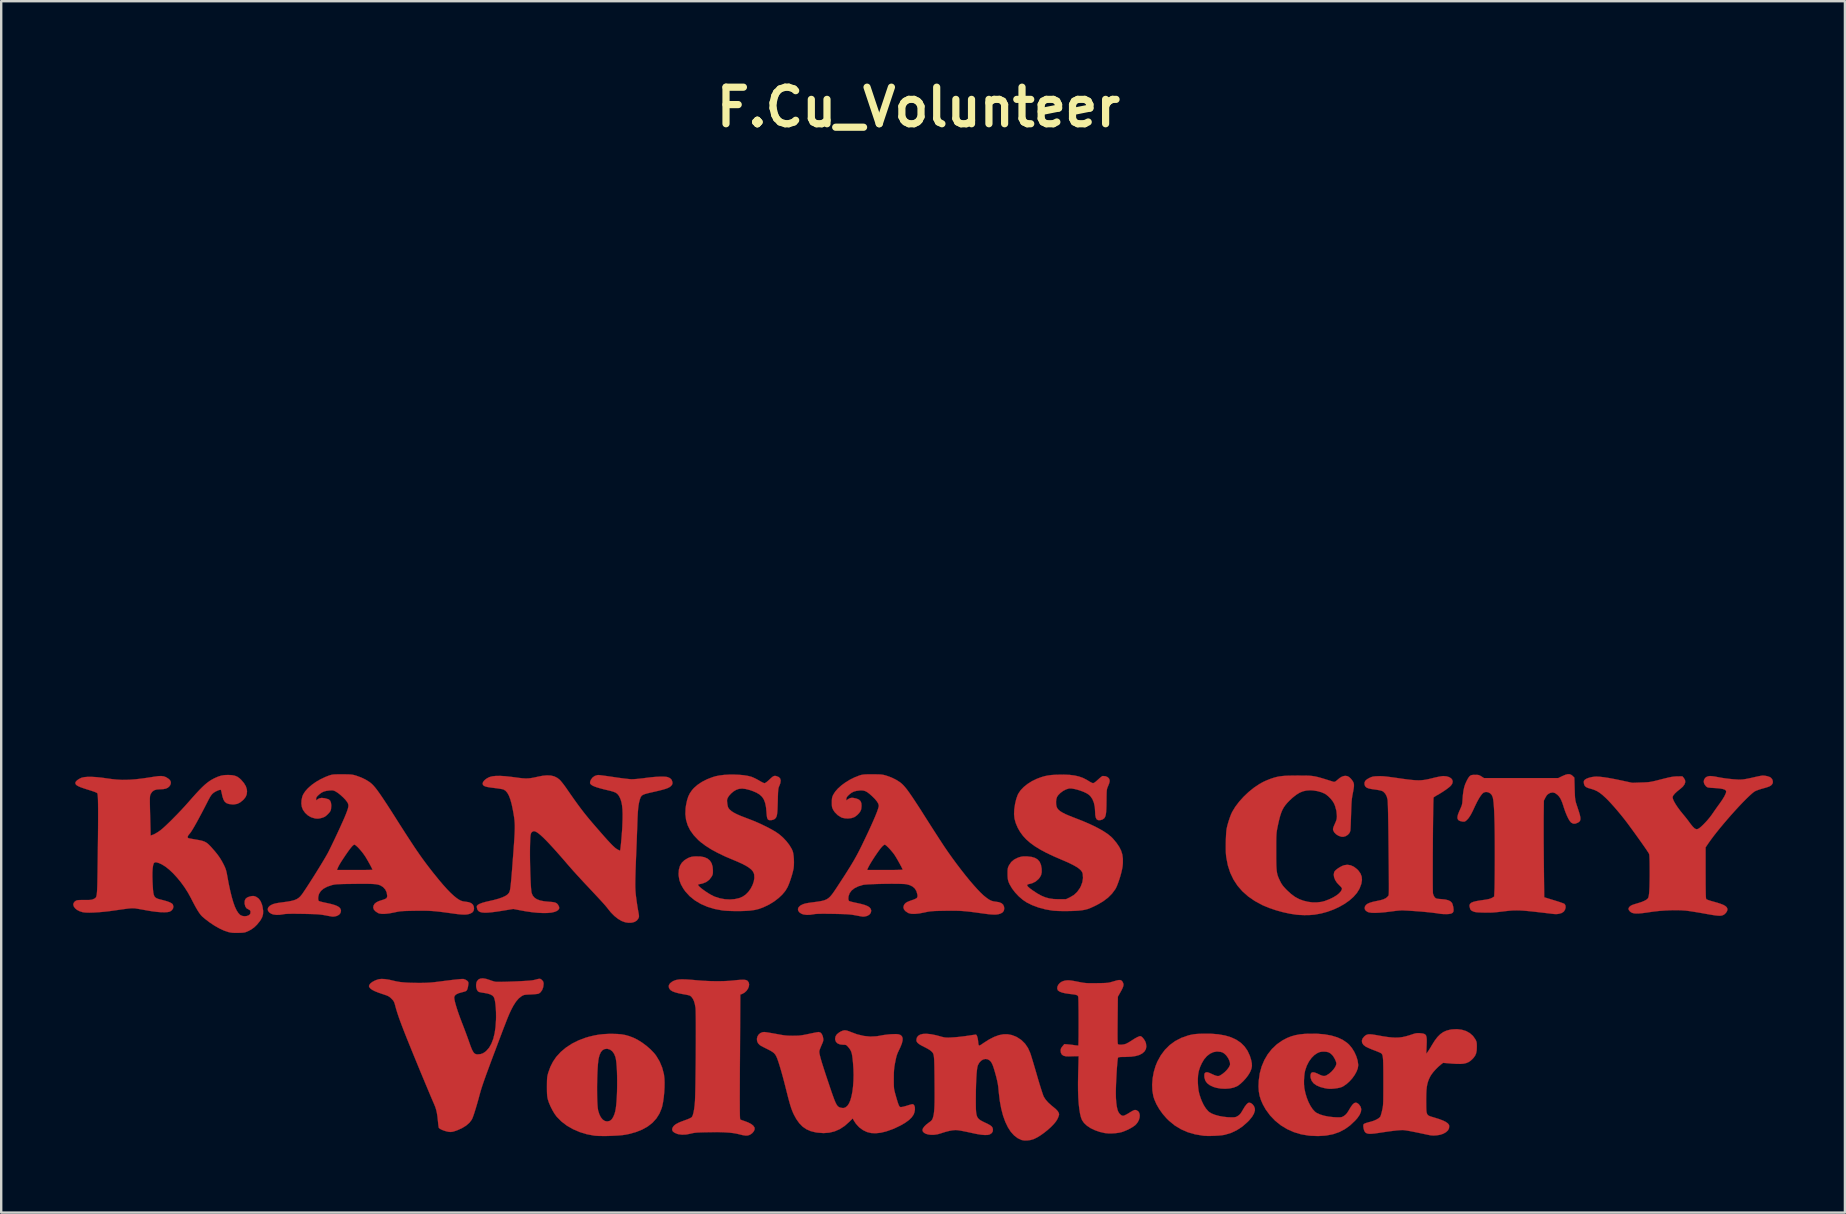
<source format=kicad_pcb>
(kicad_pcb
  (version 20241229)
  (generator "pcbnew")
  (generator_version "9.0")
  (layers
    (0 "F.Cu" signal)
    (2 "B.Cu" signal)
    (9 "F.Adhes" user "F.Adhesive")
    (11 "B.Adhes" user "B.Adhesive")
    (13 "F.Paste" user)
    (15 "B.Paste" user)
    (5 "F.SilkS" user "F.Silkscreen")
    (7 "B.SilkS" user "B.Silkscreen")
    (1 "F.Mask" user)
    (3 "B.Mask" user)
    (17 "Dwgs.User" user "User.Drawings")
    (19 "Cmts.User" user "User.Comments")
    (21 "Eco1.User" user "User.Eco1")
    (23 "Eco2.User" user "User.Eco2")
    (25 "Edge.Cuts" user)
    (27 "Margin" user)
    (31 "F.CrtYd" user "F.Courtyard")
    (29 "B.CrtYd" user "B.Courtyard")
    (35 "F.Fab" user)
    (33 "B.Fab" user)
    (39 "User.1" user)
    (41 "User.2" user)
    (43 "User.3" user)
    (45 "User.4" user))
  (footprint "F.Cu_Volunteer"
    (layer "F.Cu")
    (at 35.227 1.418)
    (property "Reference" "F.Cu_Volunteer" (at 0 0 0) (layer "F.SilkS") (effects (font (size 1.524 1.524) (thickness 0.3))))
    (attr through_hole)
    (fp_poly (pts (xy -12.547 38.626) (xy -12.371 38.641) (xy -12.212 38.67) (xy -12.057 38.714) (xy -11.895 38.775) (xy -11.888 38.777) (xy -11.705 38.867) (xy -11.516 38.985) (xy -11.331 39.122) (xy -11.161 39.271) (xy -11.014 39.425) (xy -10.932 39.529) (xy -10.787 39.77) (xy -10.678 40.031) (xy -10.606 40.308) (xy -10.604 40.322) (xy -10.586 40.473) (xy -10.579 40.654) (xy -10.582 40.854) (xy -10.594 41.063) (xy -10.614 41.269) (xy -10.642 41.462) (xy -10.676 41.631) (xy -10.7 41.717) (xy -10.793 41.944) (xy -10.921 42.146) (xy -11.083 42.325) (xy -11.28 42.479) (xy -11.512 42.609) (xy -11.778 42.715) (xy -12.079 42.797) (xy -12.213 42.823) (xy -12.329 42.84) (xy -12.476 42.854) (xy -12.644 42.864) (xy -12.822 42.872) (xy -13.003 42.877) (xy -13.176 42.877) (xy -13.331 42.874) (xy -13.459 42.867) (xy -13.515 42.861) (xy -13.826 42.802) (xy -14.123 42.711) (xy -14.399 42.591) (xy -14.652 42.445) (xy -14.876 42.274) (xy -15.068 42.08) (xy -15.084 42.062) (xy -15.168 41.945) (xy -15.253 41.802) (xy -15.333 41.644) (xy -15.399 41.488) (xy -15.445 41.349) (xy -15.459 41.284) (xy -15.47 41.213) (xy -15.477 41.128) (xy -15.481 41.022) (xy -15.482 40.885) (xy -15.482 40.836) (xy -13.393 40.836) (xy -13.392 41.042) (xy -13.39 41.238) (xy -13.384 41.418) (xy -13.376 41.576) (xy -13.365 41.705) (xy -13.351 41.799) (xy -13.348 41.815) (xy -13.298 41.973) (xy -13.234 42.1) (xy -13.157 42.193) (xy -13.07 42.251) (xy -12.977 42.271) (xy -12.878 42.252) (xy -12.848 42.238) (xy -12.782 42.183) (xy -12.721 42.09) (xy -12.668 41.964) (xy -12.638 41.862) (xy -12.615 41.747) (xy -12.596 41.599) (xy -12.58 41.424) (xy -12.568 41.227) (xy -12.56 41.017) (xy -12.556 40.798) (xy -12.555 40.577) (xy -12.558 40.362) (xy -12.564 40.157) (xy -12.575 39.97) (xy -12.589 39.807) (xy -12.608 39.674) (xy -12.626 39.591) (xy -12.681 39.454) (xy -12.756 39.349) (xy -12.849 39.278) (xy -12.958 39.245) (xy -12.997 39.243) (xy -13.094 39.259) (xy -13.174 39.308) (xy -13.24 39.392) (xy -13.292 39.513) (xy -13.326 39.642) (xy -13.342 39.743) (xy -13.356 39.877) (xy -13.368 40.039) (xy -13.378 40.222) (xy -13.385 40.42) (xy -13.39 40.627) (xy -13.393 40.836) (xy -15.482 40.836) (xy -15.482 40.809) (xy -15.481 40.668) (xy -15.479 40.559) (xy -15.474 40.475) (xy -15.467 40.407) (xy -15.455 40.346) (xy -15.439 40.282) (xy -15.423 40.227) (xy -15.338 39.993) (xy -15.234 39.786) (xy -15.103 39.593) (xy -15.084 39.569) (xy -14.901 39.37) (xy -14.684 39.189) (xy -14.437 39.028) (xy -14.165 38.892) (xy -13.873 38.782) (xy -13.714 38.736) (xy -13.511 38.688) (xy -13.323 38.654) (xy -13.133 38.633) (xy -12.929 38.622) (xy -12.753 38.621) (xy -12.547 38.626)) (stroke (width 0.01) (type solid)) (fill yes) (layer "F.Cu"))
    (fp_poly (pts (xy -9.734 36.35) (xy -9.575 36.359) (xy -9.382 36.374) (xy -9.286 36.383) (xy -8.991 36.407) (xy -8.693 36.421) (xy -8.401 36.427) (xy -8.124 36.423) (xy -7.872 36.411) (xy -7.715 36.396) (xy -7.544 36.378) (xy -7.409 36.368) (xy -7.306 36.365) (xy -7.229 36.37) (xy -7.172 36.383) (xy -7.132 36.403) (xy -7.126 36.408) (xy -7.075 36.472) (xy -7.056 36.553) (xy -7.066 36.643) (xy -7.102 36.735) (xy -7.161 36.822) (xy -7.241 36.897) (xy -7.337 36.953) (xy -7.356 36.96) (xy -7.423 36.984) (xy -7.437 39.578) (xy -7.44 39.974) (xy -7.442 40.331) (xy -7.443 40.649) (xy -7.444 40.93) (xy -7.445 41.177) (xy -7.445 41.392) (xy -7.444 41.576) (xy -7.444 41.732) (xy -7.443 41.861) (xy -7.441 41.965) (xy -7.439 42.047) (xy -7.436 42.108) (xy -7.433 42.151) (xy -7.43 42.177) (xy -7.426 42.188) (xy -7.425 42.188) (xy -7.392 42.204) (xy -7.332 42.227) (xy -7.26 42.251) (xy -7.096 42.313) (xy -6.971 42.378) (xy -6.885 42.445) (xy -6.835 42.518) (xy -6.827 42.539) (xy -6.828 42.606) (xy -6.86 42.68) (xy -6.919 42.752) (xy -6.982 42.802) (xy -7.054 42.839) (xy -7.13 42.858) (xy -7.219 42.858) (xy -7.329 42.84) (xy -7.451 42.81) (xy -7.583 42.779) (xy -7.726 42.755) (xy -7.886 42.737) (xy -8.068 42.725) (xy -8.278 42.718) (xy -8.52 42.717) (xy -8.721 42.72) (xy -8.899 42.723) (xy -9.041 42.727) (xy -9.154 42.731) (xy -9.244 42.736) (xy -9.316 42.744) (xy -9.378 42.753) (xy -9.436 42.765) (xy -9.483 42.777) (xy -9.675 42.815) (xy -9.852 42.823) (xy -10.008 42.802) (xy -10.049 42.79) (xy -10.162 42.742) (xy -10.233 42.688) (xy -10.264 42.624) (xy -10.255 42.552) (xy -10.226 42.496) (xy -10.178 42.439) (xy -10.11 42.386) (xy -10.016 42.334) (xy -9.891 42.28) (xy -9.749 42.228) (xy -9.623 42.182) (xy -9.532 42.143) (xy -9.472 42.111) (xy -9.438 42.082) (xy -9.437 42.079) (xy -9.404 42.013) (xy -9.375 41.907) (xy -9.348 41.764) (xy -9.326 41.588) (xy -9.315 41.464) (xy -9.31 41.385) (xy -9.306 41.271) (xy -9.301 41.126) (xy -9.297 40.953) (xy -9.293 40.756) (xy -9.29 40.539) (xy -9.287 40.306) (xy -9.284 40.061) (xy -9.281 39.807) (xy -9.279 39.549) (xy -9.278 39.291) (xy -9.276 39.036) (xy -9.276 38.788) (xy -9.275 38.552) (xy -9.276 38.33) (xy -9.276 38.127) (xy -9.278 37.947) (xy -9.28 37.793) (xy -9.282 37.67) (xy -9.286 37.581) (xy -9.29 37.53) (xy -9.29 37.529) (xy -9.319 37.374) (xy -9.355 37.253) (xy -9.4 37.159) (xy -9.446 37.095) (xy -9.475 37.064) (xy -9.503 37.041) (xy -9.537 37.023) (xy -9.587 37.008) (xy -9.66 36.992) (xy -9.764 36.973) (xy -9.807 36.966) (xy -9.99 36.93) (xy -10.135 36.891) (xy -10.245 36.85) (xy -10.323 36.802) (xy -10.374 36.747) (xy -10.401 36.682) (xy -10.404 36.67) (xy -10.399 36.59) (xy -10.352 36.515) (xy -10.267 36.447) (xy -10.209 36.416) (xy -10.139 36.387) (xy -10.062 36.367) (xy -9.972 36.353) (xy -9.865 36.348) (xy -9.734 36.35)) (stroke (width 0.01) (type solid)) (fill yes) (layer "F.Cu"))
    (fp_poly (pts (xy 16.607 38.615) (xy 16.926 38.641) (xy 17.211 38.692) (xy 17.463 38.768) (xy 17.682 38.869) (xy 17.867 38.996) (xy 17.95 39.071) (xy 18.067 39.212) (xy 18.169 39.375) (xy 18.249 39.551) (xy 18.304 39.728) (xy 18.329 39.897) (xy 18.33 39.934) (xy 18.312 40.055) (xy 18.262 40.189) (xy 18.185 40.329) (xy 18.087 40.467) (xy 17.972 40.596) (xy 17.846 40.71) (xy 17.715 40.8) (xy 17.653 40.833) (xy 17.57 40.861) (xy 17.455 40.885) (xy 17.343 40.9) (xy 17.229 40.91) (xy 17.139 40.912) (xy 17.055 40.905) (xy 16.959 40.889) (xy 16.942 40.886) (xy 16.748 40.835) (xy 16.59 40.767) (xy 16.471 40.681) (xy 16.39 40.577) (xy 16.348 40.457) (xy 16.341 40.378) (xy 16.351 40.293) (xy 16.382 40.241) (xy 16.436 40.22) (xy 16.515 40.231) (xy 16.622 40.273) (xy 16.653 40.288) (xy 16.76 40.339) (xy 16.841 40.368) (xy 16.905 40.377) (xy 16.962 40.368) (xy 17.013 40.346) (xy 17.115 40.282) (xy 17.212 40.2) (xy 17.297 40.106) (xy 17.365 40.011) (xy 17.408 39.921) (xy 17.42 39.855) (xy 17.408 39.793) (xy 17.376 39.711) (xy 17.331 39.623) (xy 17.28 39.544) (xy 17.244 39.5) (xy 17.165 39.429) (xy 17.086 39.386) (xy 16.991 39.366) (xy 16.901 39.361) (xy 16.803 39.365) (xy 16.726 39.38) (xy 16.646 39.412) (xy 16.632 39.419) (xy 16.503 39.504) (xy 16.382 39.625) (xy 16.275 39.775) (xy 16.186 39.949) (xy 16.12 40.14) (xy 16.119 40.143) (xy 16.094 40.265) (xy 16.078 40.414) (xy 16.07 40.574) (xy 16.071 40.73) (xy 16.083 40.867) (xy 16.086 40.888) (xy 16.128 41.09) (xy 16.186 41.283) (xy 16.258 41.464) (xy 16.341 41.625) (xy 16.431 41.76) (xy 16.526 41.863) (xy 16.6 41.917) (xy 16.738 41.98) (xy 16.908 42.032) (xy 17.101 42.07) (xy 17.307 42.093) (xy 17.476 42.1) (xy 17.565 42.099) (xy 17.626 42.093) (xy 17.673 42.077) (xy 17.722 42.05) (xy 17.749 42.032) (xy 17.812 41.981) (xy 17.868 41.916) (xy 17.927 41.826) (xy 17.948 41.789) (xy 18.027 41.658) (xy 18.097 41.565) (xy 18.16 41.508) (xy 18.22 41.487) (xy 18.28 41.5) (xy 18.343 41.544) (xy 18.36 41.56) (xy 18.428 41.653) (xy 18.456 41.755) (xy 18.443 41.868) (xy 18.391 41.992) (xy 18.298 42.128) (xy 18.208 42.23) (xy 17.995 42.432) (xy 17.772 42.593) (xy 17.535 42.716) (xy 17.28 42.803) (xy 17.004 42.856) (xy 16.954 42.862) (xy 16.656 42.879) (xy 16.354 42.868) (xy 16.266 42.86) (xy 15.949 42.807) (xy 15.648 42.716) (xy 15.365 42.59) (xy 15.103 42.43) (xy 14.866 42.239) (xy 14.655 42.018) (xy 14.473 41.769) (xy 14.361 41.57) (xy 14.278 41.384) (xy 14.221 41.204) (xy 14.187 41.017) (xy 14.175 40.815) (xy 14.184 40.586) (xy 14.185 40.566) (xy 14.227 40.265) (xy 14.305 39.981) (xy 14.417 39.715) (xy 14.56 39.471) (xy 14.733 39.252) (xy 14.935 39.06) (xy 15.162 38.9) (xy 15.36 38.795) (xy 15.53 38.727) (xy 15.704 38.677) (xy 15.892 38.642) (xy 16.104 38.621) (xy 16.257 38.614) (xy 16.607 38.615)) (stroke (width 0.01) (type solid)) (fill yes) (layer "F.Cu"))
    (fp_poly (pts (xy 12.183 38.614) (xy 12.499 38.639) (xy 12.782 38.689) (xy 13.032 38.765) (xy 13.25 38.866) (xy 13.437 38.993) (xy 13.592 39.147) (xy 13.718 39.328) (xy 13.814 39.536) (xy 13.867 39.707) (xy 13.895 39.846) (xy 13.9 39.963) (xy 13.88 40.073) (xy 13.834 40.189) (xy 13.808 40.241) (xy 13.737 40.356) (xy 13.643 40.477) (xy 13.536 40.595) (xy 13.426 40.698) (xy 13.32 40.779) (xy 13.276 40.805) (xy 13.133 40.862) (xy 12.964 40.897) (xy 12.78 40.909) (xy 12.592 40.9) (xy 12.411 40.867) (xy 12.293 40.831) (xy 12.143 40.76) (xy 12.032 40.674) (xy 11.959 40.571) (xy 11.922 40.451) (xy 11.917 40.377) (xy 11.92 40.305) (xy 11.932 40.263) (xy 11.955 40.24) (xy 11.958 40.239) (xy 11.996 40.223) (xy 12.036 40.22) (xy 12.087 40.232) (xy 12.159 40.261) (xy 12.223 40.291) (xy 12.333 40.34) (xy 12.415 40.369) (xy 12.478 40.38) (xy 12.53 40.373) (xy 12.567 40.358) (xy 12.671 40.292) (xy 12.773 40.209) (xy 12.863 40.116) (xy 12.935 40.022) (xy 12.979 39.935) (xy 12.988 39.905) (xy 12.986 39.828) (xy 12.959 39.734) (xy 12.911 39.635) (xy 12.847 39.541) (xy 12.806 39.495) (xy 12.736 39.432) (xy 12.671 39.394) (xy 12.592 39.37) (xy 12.591 39.37) (xy 12.439 39.356) (xy 12.291 39.383) (xy 12.151 39.449) (xy 12.021 39.55) (xy 11.905 39.686) (xy 11.81 39.846) (xy 11.736 40.013) (xy 11.685 40.172) (xy 11.656 40.336) (xy 11.645 40.518) (xy 11.647 40.659) (xy 11.658 40.84) (xy 11.678 40.996) (xy 11.712 41.143) (xy 11.763 41.298) (xy 11.809 41.418) (xy 11.889 41.585) (xy 11.981 41.73) (xy 12.079 41.843) (xy 12.125 41.882) (xy 12.227 41.943) (xy 12.363 41.996) (xy 12.524 42.041) (xy 12.703 42.074) (xy 12.889 42.095) (xy 13.04 42.1) (xy 13.132 42.099) (xy 13.196 42.093) (xy 13.246 42.079) (xy 13.294 42.053) (xy 13.318 42.039) (xy 13.374 41.997) (xy 13.423 41.945) (xy 13.473 41.871) (xy 13.517 41.795) (xy 13.599 41.659) (xy 13.672 41.562) (xy 13.735 41.504) (xy 13.784 41.487) (xy 13.859 41.506) (xy 13.928 41.558) (xy 13.984 41.632) (xy 14.019 41.717) (xy 14.026 41.805) (xy 14.023 41.82) (xy 13.983 41.945) (xy 13.907 42.076) (xy 13.792 42.217) (xy 13.729 42.283) (xy 13.509 42.477) (xy 13.274 42.633) (xy 13.028 42.75) (xy 12.771 42.826) (xy 12.757 42.829) (xy 12.646 42.847) (xy 12.506 42.86) (xy 12.349 42.869) (xy 12.188 42.874) (xy 12.036 42.874) (xy 11.905 42.868) (xy 11.859 42.863) (xy 11.528 42.807) (xy 11.222 42.718) (xy 10.941 42.595) (xy 10.682 42.437) (xy 10.445 42.243) (xy 10.346 42.146) (xy 10.183 41.959) (xy 10.04 41.759) (xy 9.921 41.554) (xy 9.833 41.353) (xy 9.792 41.222) (xy 9.752 40.989) (xy 9.742 40.737) (xy 9.762 40.475) (xy 9.809 40.213) (xy 9.884 39.96) (xy 9.96 39.775) (xy 10.105 39.513) (xy 10.277 39.283) (xy 10.476 39.085) (xy 10.702 38.921) (xy 10.954 38.789) (xy 11.233 38.691) (xy 11.279 38.678) (xy 11.375 38.656) (xy 11.47 38.639) (xy 11.575 38.627) (xy 11.701 38.619) (xy 11.833 38.614) (xy 12.183 38.614)) (stroke (width 0.01) (type solid)) (fill yes) (layer "F.Cu"))
    (fp_poly (pts (xy 22.011 27.888) (xy 22.121 27.921) (xy 22.203 27.972) (xy 22.252 28.037) (xy 22.268 28.113) (xy 22.246 28.197) (xy 22.201 28.264) (xy 22.147 28.319) (xy 22.062 28.387) (xy 21.955 28.464) (xy 21.833 28.545) (xy 21.704 28.625) (xy 21.627 28.668) (xy 21.557 28.709) (xy 21.503 28.744) (xy 21.473 28.766) (xy 21.472 28.769) (xy 21.468 28.795) (xy 21.465 28.859) (xy 21.462 28.959) (xy 21.459 29.09) (xy 21.456 29.249) (xy 21.453 29.432) (xy 21.45 29.636) (xy 21.448 29.857) (xy 21.445 30.092) (xy 21.443 30.336) (xy 21.441 30.587) (xy 21.44 30.84) (xy 21.438 31.093) (xy 21.437 31.341) (xy 21.437 31.58) (xy 21.436 31.808) (xy 21.436 32.021) (xy 21.436 32.214) (xy 21.437 32.385) (xy 21.438 32.53) (xy 21.44 32.645) (xy 21.442 32.726) (xy 21.445 32.771) (xy 21.446 32.775) (xy 21.476 32.863) (xy 21.519 32.931) (xy 21.524 32.936) (xy 21.553 32.962) (xy 21.586 32.979) (xy 21.631 32.99) (xy 21.7 32.998) (xy 21.799 33.005) (xy 21.96 33.022) (xy 22.083 33.053) (xy 22.173 33.097) (xy 22.234 33.158) (xy 22.236 33.161) (xy 22.258 33.21) (xy 22.28 33.284) (xy 22.294 33.351) (xy 22.305 33.455) (xy 22.296 33.527) (xy 22.265 33.575) (xy 22.208 33.605) (xy 22.189 33.611) (xy 22.109 33.625) (xy 22.002 33.63) (xy 21.882 33.628) (xy 21.765 33.619) (xy 21.706 33.61) (xy 21.561 33.588) (xy 21.381 33.566) (xy 21.174 33.544) (xy 20.948 33.523) (xy 20.71 33.505) (xy 20.578 33.496) (xy 20.424 33.486) (xy 20.304 33.48) (xy 20.206 33.476) (xy 20.121 33.476) (xy 20.041 33.48) (xy 19.954 33.488) (xy 19.852 33.5) (xy 19.725 33.517) (xy 19.7 33.52) (xy 19.439 33.552) (xy 19.215 33.571) (xy 19.028 33.579) (xy 18.88 33.574) (xy 18.772 33.556) (xy 18.722 33.539) (xy 18.641 33.483) (xy 18.602 33.418) (xy 18.603 33.341) (xy 18.614 33.308) (xy 18.652 33.249) (xy 18.718 33.199) (xy 18.814 33.156) (xy 18.944 33.117) (xy 19.103 33.083) (xy 19.259 33.05) (xy 19.379 33.014) (xy 19.469 32.972) (xy 19.535 32.922) (xy 19.567 32.886) (xy 19.575 32.877) (xy 19.582 32.87) (xy 19.588 32.862) (xy 19.593 32.852) (xy 19.598 32.837) (xy 19.601 32.813) (xy 19.604 32.78) (xy 19.607 32.733) (xy 19.608 32.672) (xy 19.609 32.593) (xy 19.609 32.493) (xy 19.609 32.371) (xy 19.608 32.223) (xy 19.607 32.048) (xy 19.605 31.843) (xy 19.603 31.604) (xy 19.6 31.331) (xy 19.597 31.02) (xy 19.594 30.723) (xy 19.591 30.438) (xy 19.588 30.166) (xy 19.584 29.911) (xy 19.58 29.677) (xy 19.576 29.466) (xy 19.572 29.281) (xy 19.568 29.126) (xy 19.563 29.003) (xy 19.559 28.917) (xy 19.556 28.869) (xy 19.555 28.868) (xy 19.519 28.727) (xy 19.46 28.613) (xy 19.381 28.53) (xy 19.333 28.501) (xy 19.277 28.482) (xy 19.191 28.463) (xy 19.088 28.445) (xy 19.013 28.435) (xy 18.868 28.414) (xy 18.76 28.39) (xy 18.684 28.359) (xy 18.634 28.318) (xy 18.604 28.265) (xy 18.593 28.225) (xy 18.593 28.145) (xy 18.626 28.074) (xy 18.696 28.011) (xy 18.787 27.959) (xy 18.856 27.927) (xy 18.915 27.906) (xy 18.979 27.893) (xy 19.061 27.886) (xy 19.152 27.882) (xy 19.229 27.88) (xy 19.307 27.881) (xy 19.394 27.887) (xy 19.495 27.896) (xy 19.618 27.911) (xy 19.768 27.931) (xy 19.953 27.957) (xy 19.992 27.963) (xy 20.221 27.996) (xy 20.414 28.021) (xy 20.578 28.039) (xy 20.719 28.05) (xy 20.843 28.054) (xy 20.956 28.05) (xy 21.065 28.039) (xy 21.175 28.021) (xy 21.293 27.996) (xy 21.419 27.965) (xy 21.543 27.935) (xy 21.662 27.909) (xy 21.765 27.89) (xy 21.843 27.879) (xy 21.874 27.877) (xy 22.011 27.888)) (stroke (width 0.01) (type solid)) (fill yes) (layer "F.Cu"))
    (fp_poly (pts (xy 22.644 38.448) (xy 22.824 38.503) (xy 22.981 38.59) (xy 23.112 38.706) (xy 23.21 38.844) (xy 23.239 38.9) (xy 23.258 38.949) (xy 23.268 39.004) (xy 23.272 39.077) (xy 23.273 39.169) (xy 23.267 39.313) (xy 23.245 39.428) (xy 23.205 39.525) (xy 23.141 39.615) (xy 23.086 39.674) (xy 23.007 39.745) (xy 22.924 39.799) (xy 22.832 39.838) (xy 22.725 39.862) (xy 22.596 39.873) (xy 22.439 39.872) (xy 22.249 39.861) (xy 22.193 39.856) (xy 21.868 39.829) (xy 21.791 39.887) (xy 21.673 39.987) (xy 21.557 40.102) (xy 21.452 40.221) (xy 21.368 40.336) (xy 21.33 40.399) (xy 21.279 40.505) (xy 21.239 40.61) (xy 21.209 40.719) (xy 21.187 40.84) (xy 21.173 40.981) (xy 21.166 41.148) (xy 21.163 41.348) (xy 21.163 41.408) (xy 21.164 41.583) (xy 21.166 41.721) (xy 21.171 41.827) (xy 21.183 41.906) (xy 21.203 41.964) (xy 21.236 42.006) (xy 21.282 42.037) (xy 21.344 42.062) (xy 21.426 42.087) (xy 21.507 42.111) (xy 21.705 42.173) (xy 21.863 42.233) (xy 21.982 42.292) (xy 22.064 42.351) (xy 22.11 42.409) (xy 22.122 42.451) (xy 22.115 42.552) (xy 22.071 42.641) (xy 21.989 42.718) (xy 21.867 42.786) (xy 21.864 42.787) (xy 21.745 42.826) (xy 21.605 42.85) (xy 21.46 42.858) (xy 21.347 42.849) (xy 21.308 42.842) (xy 21.235 42.827) (xy 21.134 42.806) (xy 21.012 42.78) (xy 20.875 42.751) (xy 20.795 42.734) (xy 20.642 42.703) (xy 20.498 42.675) (xy 20.371 42.653) (xy 20.268 42.638) (xy 20.196 42.63) (xy 20.181 42.63) (xy 20.081 42.634) (xy 19.945 42.645) (xy 19.777 42.664) (xy 19.58 42.69) (xy 19.36 42.722) (xy 19.188 42.748) (xy 19.018 42.773) (xy 18.883 42.785) (xy 18.78 42.786) (xy 18.703 42.772) (xy 18.646 42.745) (xy 18.606 42.702) (xy 18.576 42.644) (xy 18.576 42.642) (xy 18.554 42.564) (xy 18.542 42.482) (xy 18.542 42.467) (xy 18.546 42.41) (xy 18.564 42.378) (xy 18.608 42.355) (xy 18.621 42.349) (xy 18.683 42.328) (xy 18.768 42.303) (xy 18.851 42.282) (xy 18.964 42.247) (xy 19.072 42.202) (xy 19.164 42.15) (xy 19.229 42.098) (xy 19.249 42.074) (xy 19.266 42.034) (xy 19.288 41.963) (xy 19.312 41.874) (xy 19.328 41.804) (xy 19.34 41.751) (xy 19.349 41.701) (xy 19.357 41.65) (xy 19.364 41.595) (xy 19.368 41.53) (xy 19.372 41.451) (xy 19.375 41.353) (xy 19.376 41.233) (xy 19.377 41.085) (xy 19.378 40.905) (xy 19.378 40.689) (xy 19.378 40.608) (xy 19.378 40.361) (xy 19.377 40.152) (xy 19.375 39.979) (xy 19.372 39.837) (xy 19.368 39.724) (xy 19.361 39.635) (xy 19.353 39.567) (xy 19.342 39.516) (xy 19.328 39.48) (xy 19.311 39.454) (xy 19.291 39.434) (xy 19.277 39.424) (xy 19.239 39.405) (xy 19.171 39.375) (xy 19.083 39.339) (xy 18.985 39.302) (xy 18.879 39.26) (xy 18.777 39.217) (xy 18.692 39.177) (xy 18.64 39.151) (xy 18.548 39.079) (xy 18.495 38.997) (xy 18.482 38.909) (xy 18.51 38.819) (xy 18.578 38.733) (xy 18.584 38.728) (xy 18.636 38.685) (xy 18.688 38.657) (xy 18.748 38.641) (xy 18.822 38.638) (xy 18.919 38.646) (xy 19.046 38.666) (xy 19.131 38.681) (xy 19.365 38.723) (xy 19.566 38.753) (xy 19.739 38.771) (xy 19.893 38.778) (xy 20.035 38.772) (xy 20.171 38.755) (xy 20.308 38.725) (xy 20.455 38.683) (xy 20.563 38.647) (xy 20.662 38.615) (xy 20.736 38.597) (xy 20.803 38.59) (xy 20.877 38.591) (xy 20.905 38.593) (xy 20.999 38.602) (xy 21.07 38.618) (xy 21.121 38.645) (xy 21.156 38.688) (xy 21.176 38.754) (xy 21.185 38.846) (xy 21.185 38.971) (xy 21.18 39.112) (xy 21.166 39.444) (xy 21.214 39.388) (xy 21.243 39.348) (xy 21.287 39.28) (xy 21.34 39.195) (xy 21.396 39.1) (xy 21.398 39.095) (xy 21.517 38.905) (xy 21.632 38.753) (xy 21.75 38.635) (xy 21.875 38.547) (xy 22.012 38.485) (xy 22.166 38.446) (xy 22.234 38.435) (xy 22.447 38.425) (xy 22.644 38.448)) (stroke (width 0.01) (type solid)) (fill yes) (layer "F.Cu"))
    (fp_poly (pts (xy 27.151 27.801) (xy 27.224 27.835) (xy 27.271 27.875) (xy 27.337 27.941) (xy 27.35 28.39) (xy 27.355 28.545) (xy 27.36 28.667) (xy 27.365 28.762) (xy 27.374 28.84) (xy 27.385 28.909) (xy 27.402 28.977) (xy 27.425 29.052) (xy 27.455 29.142) (xy 27.474 29.199) (xy 27.528 29.363) (xy 27.566 29.492) (xy 27.587 29.592) (xy 27.591 29.669) (xy 27.58 29.726) (xy 27.552 29.77) (xy 27.507 29.805) (xy 27.476 29.823) (xy 27.376 29.86) (xy 27.29 29.859) (xy 27.212 29.82) (xy 27.2 29.811) (xy 27.148 29.75) (xy 27.089 29.653) (xy 27.028 29.527) (xy 26.966 29.377) (xy 26.907 29.208) (xy 26.891 29.157) (xy 26.842 29.006) (xy 26.795 28.888) (xy 26.748 28.796) (xy 26.695 28.721) (xy 26.633 28.657) (xy 26.628 28.652) (xy 26.534 28.585) (xy 26.442 28.559) (xy 26.346 28.574) (xy 26.29 28.598) (xy 26.227 28.639) (xy 26.179 28.692) (xy 26.133 28.77) (xy 26.131 28.775) (xy 26.067 28.9) (xy 26.059 29.558) (xy 26.058 29.701) (xy 26.058 29.881) (xy 26.058 30.091) (xy 26.058 30.324) (xy 26.059 30.575) (xy 26.061 30.836) (xy 26.063 31.103) (xy 26.065 31.368) (xy 26.067 31.572) (xy 26.082 32.928) (xy 26.487 33.052) (xy 26.613 33.091) (xy 26.727 33.128) (xy 26.821 33.161) (xy 26.89 33.187) (xy 26.925 33.203) (xy 26.927 33.205) (xy 26.965 33.263) (xy 26.975 33.339) (xy 26.958 33.422) (xy 26.916 33.501) (xy 26.886 33.534) (xy 26.806 33.585) (xy 26.714 33.612) (xy 26.652 33.623) (xy 26.601 33.629) (xy 26.55 33.629) (xy 26.484 33.624) (xy 26.391 33.614) (xy 26.374 33.612) (xy 26.094 33.578) (xy 25.851 33.55) (xy 25.642 33.526) (xy 25.462 33.507) (xy 25.306 33.493) (xy 25.171 33.482) (xy 25.051 33.476) (xy 24.943 33.474) (xy 24.842 33.475) (xy 24.744 33.479) (xy 24.645 33.487) (xy 24.539 33.498) (xy 24.424 33.511) (xy 24.375 33.517) (xy 24.2 33.538) (xy 24.055 33.553) (xy 23.93 33.563) (xy 23.812 33.568) (xy 23.691 33.568) (xy 23.56 33.566) (xy 23.424 33.562) (xy 23.322 33.557) (xy 23.246 33.55) (xy 23.189 33.54) (xy 23.143 33.526) (xy 23.11 33.513) (xy 23.047 33.479) (xy 23.011 33.443) (xy 22.989 33.39) (xy 22.989 33.387) (xy 22.971 33.311) (xy 22.969 33.259) (xy 22.984 33.216) (xy 22.998 33.196) (xy 23.043 33.156) (xy 23.121 33.122) (xy 23.236 33.091) (xy 23.389 33.064) (xy 23.471 33.052) (xy 23.613 33.032) (xy 23.72 33.013) (xy 23.802 32.994) (xy 23.866 32.972) (xy 23.92 32.945) (xy 23.931 32.938) (xy 23.996 32.898) (xy 24.01 32.625) (xy 24.013 32.555) (xy 24.015 32.447) (xy 24.017 32.306) (xy 24.019 32.136) (xy 24.021 31.943) (xy 24.022 31.73) (xy 24.023 31.503) (xy 24.024 31.266) (xy 24.024 31.032) (xy 24.023 30.618) (xy 24.02 30.246) (xy 24.015 29.915) (xy 24.007 29.624) (xy 23.998 29.373) (xy 23.986 29.162) (xy 23.972 28.99) (xy 23.956 28.857) (xy 23.937 28.761) (xy 23.936 28.757) (xy 23.894 28.664) (xy 23.827 28.594) (xy 23.743 28.55) (xy 23.652 28.538) (xy 23.563 28.562) (xy 23.562 28.562) (xy 23.505 28.609) (xy 23.437 28.693) (xy 23.361 28.811) (xy 23.28 28.959) (xy 23.194 29.134) (xy 23.181 29.163) (xy 23.104 29.329) (xy 23.037 29.46) (xy 22.976 29.562) (xy 22.919 29.642) (xy 22.861 29.704) (xy 22.845 29.719) (xy 22.793 29.76) (xy 22.75 29.776) (xy 22.693 29.775) (xy 22.672 29.772) (xy 22.575 29.75) (xy 22.508 29.714) (xy 22.472 29.661) (xy 22.465 29.587) (xy 22.485 29.488) (xy 22.534 29.36) (xy 22.561 29.3) (xy 22.607 29.198) (xy 22.638 29.121) (xy 22.657 29.054) (xy 22.669 28.985) (xy 22.676 28.899) (xy 22.678 28.861) (xy 22.694 28.656) (xy 22.717 28.485) (xy 22.748 28.34) (xy 22.789 28.212) (xy 22.843 28.093) (xy 22.843 28.092) (xy 22.9 27.986) (xy 22.947 27.913) (xy 22.992 27.866) (xy 23.042 27.839) (xy 23.106 27.828) (xy 23.192 27.825) (xy 23.194 27.825) (xy 23.282 27.826) (xy 23.343 27.833) (xy 23.394 27.851) (xy 23.45 27.883) (xy 23.465 27.892) (xy 23.573 27.961) (xy 26.667 27.961) (xy 26.843 27.875) (xy 26.968 27.822) (xy 27.068 27.797) (xy 27.151 27.801)) (stroke (width 0.01) (type solid)) (fill yes) (layer "F.Cu"))
    (fp_poly (pts (xy 8.453 36.392) (xy 8.489 36.425) (xy 8.51 36.455) (xy 8.538 36.512) (xy 8.548 36.57) (xy 8.538 36.635) (xy 8.508 36.716) (xy 8.454 36.821) (xy 8.431 36.862) (xy 8.312 37.073) (xy 8.302 38.055) (xy 8.3 38.29) (xy 8.299 38.486) (xy 8.298 38.646) (xy 8.299 38.775) (xy 8.3 38.874) (xy 8.303 38.948) (xy 8.306 39) (xy 8.311 39.033) (xy 8.317 39.05) (xy 8.321 39.055) (xy 8.372 39.07) (xy 8.448 39.073) (xy 8.535 39.065) (xy 8.616 39.047) (xy 8.641 39.038) (xy 8.703 39.009) (xy 8.783 38.964) (xy 8.866 38.912) (xy 8.879 38.904) (xy 9.013 38.818) (xy 9.122 38.758) (xy 9.204 38.723) (xy 9.247 38.714) (xy 9.294 38.732) (xy 9.348 38.78) (xy 9.402 38.848) (xy 9.449 38.926) (xy 9.48 39.004) (xy 9.484 39.02) (xy 9.499 39.148) (xy 9.48 39.256) (xy 9.424 39.35) (xy 9.415 39.361) (xy 9.324 39.44) (xy 9.205 39.501) (xy 9.055 39.544) (xy 8.871 39.571) (xy 8.651 39.581) (xy 8.608 39.582) (xy 8.489 39.583) (xy 8.406 39.587) (xy 8.353 39.595) (xy 8.325 39.607) (xy 8.32 39.611) (xy 8.312 39.641) (xy 8.302 39.707) (xy 8.292 39.805) (xy 8.282 39.927) (xy 8.271 40.07) (xy 8.261 40.226) (xy 8.252 40.391) (xy 8.243 40.559) (xy 8.236 40.724) (xy 8.231 40.881) (xy 8.228 41.023) (xy 8.228 41.106) (xy 8.232 41.304) (xy 8.246 41.486) (xy 8.267 41.645) (xy 8.296 41.776) (xy 8.331 41.871) (xy 8.333 41.874) (xy 8.386 41.952) (xy 8.45 42.009) (xy 8.515 42.036) (xy 8.529 42.037) (xy 8.572 42.026) (xy 8.638 41.997) (xy 8.714 41.956) (xy 8.733 41.945) (xy 8.838 41.88) (xy 8.916 41.835) (xy 8.971 41.807) (xy 9.013 41.794) (xy 9.048 41.793) (xy 9.082 41.801) (xy 9.09 41.804) (xy 9.161 41.847) (xy 9.205 41.916) (xy 9.224 42.003) (xy 9.219 42.103) (xy 9.19 42.207) (xy 9.137 42.309) (xy 9.062 42.401) (xy 9.034 42.428) (xy 8.944 42.493) (xy 8.826 42.563) (xy 8.693 42.629) (xy 8.558 42.686) (xy 8.477 42.714) (xy 8.359 42.741) (xy 8.215 42.76) (xy 8.06 42.77) (xy 7.911 42.769) (xy 7.782 42.757) (xy 7.769 42.755) (xy 7.552 42.705) (xy 7.353 42.635) (xy 7.175 42.549) (xy 7.023 42.448) (xy 6.904 42.337) (xy 6.821 42.218) (xy 6.819 42.214) (xy 6.775 42.1) (xy 6.737 41.946) (xy 6.706 41.755) (xy 6.681 41.532) (xy 6.664 41.278) (xy 6.654 40.996) (xy 6.652 40.689) (xy 6.657 40.365) (xy 6.661 40.209) (xy 6.665 40.06) (xy 6.669 39.924) (xy 6.672 39.81) (xy 6.674 39.725) (xy 6.675 39.688) (xy 6.678 39.55) (xy 6.551 39.552) (xy 6.46 39.554) (xy 6.353 39.557) (xy 6.271 39.56) (xy 6.138 39.556) (xy 6.04 39.529) (xy 5.974 39.479) (xy 5.937 39.403) (xy 5.927 39.311) (xy 5.935 39.249) (xy 5.964 39.191) (xy 6.004 39.139) (xy 6.082 39.048) (xy 6.221 39.059) (xy 6.321 39.069) (xy 6.434 39.082) (xy 6.507 39.093) (xy 6.581 39.103) (xy 6.637 39.108) (xy 6.664 39.105) (xy 6.665 39.105) (xy 6.668 39.081) (xy 6.67 39.02) (xy 6.673 38.927) (xy 6.674 38.807) (xy 6.676 38.664) (xy 6.676 38.505) (xy 6.677 38.334) (xy 6.677 38.156) (xy 6.677 37.976) (xy 6.676 37.799) (xy 6.675 37.63) (xy 6.673 37.475) (xy 6.671 37.338) (xy 6.669 37.225) (xy 6.666 37.14) (xy 6.663 37.089) (xy 6.662 37.078) (xy 6.648 37.045) (xy 6.625 37.019) (xy 6.585 37) (xy 6.523 36.985) (xy 6.431 36.971) (xy 6.307 36.957) (xy 6.132 36.932) (xy 5.992 36.9) (xy 5.887 36.86) (xy 5.82 36.814) (xy 5.808 36.798) (xy 5.784 36.726) (xy 5.795 36.647) (xy 5.835 36.568) (xy 5.899 36.497) (xy 5.984 36.441) (xy 6.075 36.409) (xy 6.142 36.396) (xy 6.204 36.389) (xy 6.268 36.389) (xy 6.345 36.396) (xy 6.441 36.41) (xy 6.565 36.433) (xy 6.65 36.45) (xy 6.759 36.471) (xy 6.849 36.487) (xy 6.928 36.498) (xy 7.007 36.505) (xy 7.095 36.509) (xy 7.201 36.51) (xy 7.333 36.509) (xy 7.44 36.508) (xy 7.592 36.506) (xy 7.711 36.503) (xy 7.802 36.499) (xy 7.875 36.494) (xy 7.937 36.485) (xy 7.997 36.472) (xy 8.06 36.454) (xy 8.136 36.432) (xy 8.256 36.397) (xy 8.344 36.379) (xy 8.408 36.377) (xy 8.453 36.392)) (stroke (width 0.01) (type solid)) (fill yes) (layer "F.Cu"))
    (fp_poly (pts (xy 0.52 38.635) (xy 0.732 38.677) (xy 0.888 38.719) (xy 0.983 38.745) (xy 1.058 38.763) (xy 1.126 38.773) (xy 1.199 38.776) (xy 1.291 38.775) (xy 1.386 38.771) (xy 1.508 38.763) (xy 1.656 38.75) (xy 1.814 38.732) (xy 1.966 38.713) (xy 2.02 38.705) (xy 2.139 38.687) (xy 2.243 38.671) (xy 2.325 38.66) (xy 2.378 38.652) (xy 2.395 38.65) (xy 2.421 38.67) (xy 2.447 38.724) (xy 2.469 38.802) (xy 2.485 38.898) (xy 2.487 38.915) (xy 2.496 39.013) (xy 2.507 39.075) (xy 2.525 39.105) (xy 2.557 39.103) (xy 2.61 39.074) (xy 2.691 39.019) (xy 2.716 39.001) (xy 2.944 38.856) (xy 3.155 38.748) (xy 3.352 38.675) (xy 3.539 38.639) (xy 3.718 38.637) (xy 3.892 38.67) (xy 4.066 38.737) (xy 4.113 38.761) (xy 4.292 38.879) (xy 4.443 39.028) (xy 4.565 39.207) (xy 4.661 39.419) (xy 4.663 39.425) (xy 4.681 39.479) (xy 4.709 39.569) (xy 4.746 39.688) (xy 4.789 39.831) (xy 4.837 39.993) (xy 4.888 40.167) (xy 4.941 40.348) (xy 4.943 40.356) (xy 4.995 40.535) (xy 5.046 40.705) (xy 5.095 40.861) (xy 5.138 40.997) (xy 5.175 41.109) (xy 5.204 41.191) (xy 5.223 41.238) (xy 5.224 41.24) (xy 5.302 41.361) (xy 5.405 41.479) (xy 5.538 41.601) (xy 5.611 41.659) (xy 5.728 41.757) (xy 5.807 41.842) (xy 5.851 41.917) (xy 5.863 41.976) (xy 5.854 42.02) (xy 5.831 42.087) (xy 5.798 42.163) (xy 5.798 42.164) (xy 5.736 42.266) (xy 5.642 42.381) (xy 5.525 42.502) (xy 5.39 42.623) (xy 5.244 42.74) (xy 5.096 42.846) (xy 4.951 42.935) (xy 4.817 43.001) (xy 4.792 43.011) (xy 4.664 43.047) (xy 4.528 43.065) (xy 4.4 43.063) (xy 4.302 43.045) (xy 4.139 42.969) (xy 3.988 42.854) (xy 3.851 42.702) (xy 3.729 42.512) (xy 3.621 42.288) (xy 3.528 42.029) (xy 3.452 41.738) (xy 3.392 41.414) (xy 3.35 41.061) (xy 3.343 40.983) (xy 3.329 40.838) (xy 3.31 40.705) (xy 3.282 40.568) (xy 3.244 40.412) (xy 3.227 40.349) (xy 3.179 40.178) (xy 3.138 40.043) (xy 3.102 39.939) (xy 3.067 39.859) (xy 3.032 39.799) (xy 2.994 39.752) (xy 2.971 39.73) (xy 2.885 39.68) (xy 2.793 39.667) (xy 2.699 39.688) (xy 2.611 39.742) (xy 2.535 39.825) (xy 2.477 39.934) (xy 2.476 39.937) (xy 2.456 40.014) (xy 2.439 40.13) (xy 2.424 40.284) (xy 2.412 40.475) (xy 2.403 40.699) (xy 2.396 40.955) (xy 2.393 41.24) (xy 2.392 41.403) (xy 2.393 41.6) (xy 2.396 41.76) (xy 2.405 41.888) (xy 2.421 41.989) (xy 2.446 42.069) (xy 2.484 42.133) (xy 2.536 42.186) (xy 2.605 42.233) (xy 2.692 42.28) (xy 2.794 42.329) (xy 2.909 42.385) (xy 2.991 42.431) (xy 3.046 42.473) (xy 3.08 42.516) (xy 3.098 42.565) (xy 3.105 42.595) (xy 3.1 42.683) (xy 3.057 42.755) (xy 2.976 42.81) (xy 2.967 42.814) (xy 2.884 42.833) (xy 2.766 42.836) (xy 2.618 42.824) (xy 2.445 42.796) (xy 2.349 42.777) (xy 2.153 42.734) (xy 1.993 42.7) (xy 1.864 42.674) (xy 1.763 42.655) (xy 1.683 42.642) (xy 1.62 42.634) (xy 1.57 42.631) (xy 1.545 42.63) (xy 1.431 42.639) (xy 1.29 42.664) (xy 1.135 42.703) (xy 0.977 42.752) (xy 0.931 42.768) (xy 0.796 42.806) (xy 0.66 42.826) (xy 0.529 42.829) (xy 0.41 42.814) (xy 0.309 42.785) (xy 0.231 42.741) (xy 0.182 42.683) (xy 0.169 42.628) (xy 0.188 42.564) (xy 0.24 42.489) (xy 0.322 42.407) (xy 0.428 42.324) (xy 0.447 42.31) (xy 0.518 42.258) (xy 0.561 42.212) (xy 0.59 42.158) (xy 0.601 42.127) (xy 0.619 42.066) (xy 0.634 42) (xy 0.646 41.926) (xy 0.656 41.839) (xy 0.664 41.737) (xy 0.67 41.614) (xy 0.674 41.467) (xy 0.676 41.294) (xy 0.676 41.088) (xy 0.675 40.848) (xy 0.673 40.599) (xy 0.671 40.351) (xy 0.668 40.142) (xy 0.666 39.968) (xy 0.662 39.825) (xy 0.658 39.709) (xy 0.651 39.618) (xy 0.643 39.546) (xy 0.632 39.491) (xy 0.618 39.449) (xy 0.601 39.415) (xy 0.58 39.387) (xy 0.554 39.361) (xy 0.526 39.334) (xy 0.477 39.297) (xy 0.4 39.249) (xy 0.309 39.199) (xy 0.249 39.169) (xy 0.117 39.101) (xy 0.022 39.042) (xy -0.041 38.988) (xy -0.075 38.935) (xy -0.085 38.884) (xy -0.067 38.784) (xy -0.015 38.707) (xy 0.071 38.653) (xy 0.189 38.623) (xy 0.339 38.617) (xy 0.52 38.635)) (stroke (width 0.01) (type solid)) (fill yes) (layer "F.Cu"))
    (fp_poly (pts (xy 15.982 27.856) (xy 16.119 27.856) (xy 16.235 27.859) (xy 16.338 27.865) (xy 16.433 27.876) (xy 16.528 27.891) (xy 16.629 27.913) (xy 16.741 27.943) (xy 16.872 27.981) (xy 17.028 28.029) (xy 17.215 28.088) (xy 17.307 28.118) (xy 17.341 28.119) (xy 17.383 28.099) (xy 17.442 28.054) (xy 17.461 28.037) (xy 17.563 27.953) (xy 17.651 27.901) (xy 17.734 27.874) (xy 17.794 27.868) (xy 17.874 27.878) (xy 17.947 27.915) (xy 18.022 27.984) (xy 18.07 28.043) (xy 18.111 28.103) (xy 18.138 28.161) (xy 18.152 28.226) (xy 18.152 28.305) (xy 18.139 28.407) (xy 18.115 28.54) (xy 18.108 28.573) (xy 18.091 28.664) (xy 18.077 28.747) (xy 18.065 28.831) (xy 18.056 28.921) (xy 18.049 29.026) (xy 18.043 29.153) (xy 18.037 29.308) (xy 18.032 29.475) (xy 18.027 29.635) (xy 18.022 29.785) (xy 18.016 29.918) (xy 18.011 30.027) (xy 18.006 30.108) (xy 18.002 30.154) (xy 18.002 30.158) (xy 17.966 30.247) (xy 17.899 30.323) (xy 17.811 30.379) (xy 17.713 30.408) (xy 17.625 30.405) (xy 17.508 30.364) (xy 17.407 30.301) (xy 17.33 30.221) (xy 17.285 30.131) (xy 17.283 30.121) (xy 17.28 30.079) (xy 17.292 30.024) (xy 17.32 29.949) (xy 17.355 29.87) (xy 17.397 29.774) (xy 17.423 29.701) (xy 17.436 29.636) (xy 17.441 29.564) (xy 17.441 29.535) (xy 17.422 29.33) (xy 17.365 29.122) (xy 17.325 29.024) (xy 17.265 28.923) (xy 17.179 28.816) (xy 17.079 28.716) (xy 16.977 28.636) (xy 16.935 28.61) (xy 16.796 28.55) (xy 16.631 28.504) (xy 16.457 28.476) (xy 16.326 28.469) (xy 16.169 28.48) (xy 16.023 28.513) (xy 15.882 28.573) (xy 15.739 28.662) (xy 15.588 28.783) (xy 15.471 28.892) (xy 15.374 28.992) (xy 15.293 29.088) (xy 15.225 29.186) (xy 15.167 29.293) (xy 15.117 29.415) (xy 15.071 29.558) (xy 15.027 29.728) (xy 14.982 29.931) (xy 14.961 30.035) (xy 14.948 30.103) (xy 14.937 30.166) (xy 14.929 30.229) (xy 14.923 30.298) (xy 14.918 30.379) (xy 14.915 30.478) (xy 14.913 30.6) (xy 14.912 30.75) (xy 14.912 30.934) (xy 14.912 31.03) (xy 14.912 31.251) (xy 14.914 31.435) (xy 14.917 31.586) (xy 14.923 31.712) (xy 14.932 31.816) (xy 14.945 31.904) (xy 14.962 31.982) (xy 14.985 32.054) (xy 15.014 32.127) (xy 15.05 32.204) (xy 15.076 32.258) (xy 15.121 32.345) (xy 15.169 32.419) (xy 15.228 32.493) (xy 15.305 32.577) (xy 15.366 32.639) (xy 15.533 32.792) (xy 15.695 32.911) (xy 15.862 33.002) (xy 16.044 33.07) (xy 16.233 33.116) (xy 16.421 33.141) (xy 16.616 33.141) (xy 16.802 33.119) (xy 16.933 33.085) (xy 17.116 33.015) (xy 17.278 32.938) (xy 17.415 32.856) (xy 17.525 32.771) (xy 17.603 32.687) (xy 17.646 32.606) (xy 17.653 32.561) (xy 17.637 32.529) (xy 17.598 32.48) (xy 17.542 32.425) (xy 17.538 32.422) (xy 17.442 32.32) (xy 17.37 32.209) (xy 17.325 32.094) (xy 17.31 31.985) (xy 17.327 31.888) (xy 17.348 31.845) (xy 17.397 31.792) (xy 17.474 31.732) (xy 17.566 31.673) (xy 17.661 31.623) (xy 17.743 31.592) (xy 17.878 31.573) (xy 18.015 31.595) (xy 18.15 31.656) (xy 18.28 31.756) (xy 18.338 31.815) (xy 18.425 31.937) (xy 18.474 32.067) (xy 18.486 32.209) (xy 18.46 32.366) (xy 18.396 32.539) (xy 18.373 32.589) (xy 18.272 32.751) (xy 18.134 32.909) (xy 17.963 33.06) (xy 17.764 33.2) (xy 17.542 33.327) (xy 17.302 33.438) (xy 17.049 33.531) (xy 16.788 33.602) (xy 16.522 33.65) (xy 16.499 33.653) (xy 16.3 33.669) (xy 16.081 33.672) (xy 15.862 33.663) (xy 15.748 33.653) (xy 15.476 33.611) (xy 15.188 33.548) (xy 14.899 33.468) (xy 14.622 33.374) (xy 14.371 33.27) (xy 14.332 33.252) (xy 14.02 33.083) (xy 13.744 32.893) (xy 13.504 32.68) (xy 13.299 32.445) (xy 13.13 32.186) (xy 12.996 31.905) (xy 12.897 31.599) (xy 12.833 31.27) (xy 12.824 31.204) (xy 12.816 31.104) (xy 12.811 30.976) (xy 12.81 30.828) (xy 12.811 30.669) (xy 12.814 30.509) (xy 12.821 30.358) (xy 12.829 30.224) (xy 12.84 30.117) (xy 12.847 30.067) (xy 12.88 29.924) (xy 12.925 29.769) (xy 12.976 29.615) (xy 13.029 29.475) (xy 13.078 29.369) (xy 13.206 29.157) (xy 13.369 28.943) (xy 13.558 28.734) (xy 13.766 28.537) (xy 13.987 28.359) (xy 14.213 28.208) (xy 14.362 28.125) (xy 14.469 28.075) (xy 14.591 28.024) (xy 14.703 27.981) (xy 14.711 27.979) (xy 14.819 27.944) (xy 14.922 27.916) (xy 15.026 27.894) (xy 15.137 27.879) (xy 15.262 27.867) (xy 15.409 27.86) (xy 15.583 27.857) (xy 15.793 27.855) (xy 15.82 27.855) (xy 15.982 27.856)) (stroke (width 0.01) (type solid)) (fill yes) (layer "F.Cu"))
    (fp_poly (pts (xy -7.477 27.823) (xy -7.281 27.841) (xy -7.107 27.869) (xy -6.963 27.906) (xy -6.956 27.908) (xy -6.869 27.944) (xy -6.765 27.994) (xy -6.663 28.049) (xy -6.636 28.066) (xy -6.555 28.112) (xy -6.483 28.149) (xy -6.431 28.17) (xy -6.414 28.173) (xy -6.373 28.157) (xy -6.311 28.113) (xy -6.234 28.045) (xy -6.226 28.038) (xy -6.143 27.96) (xy -6.082 27.909) (xy -6.034 27.88) (xy -5.991 27.869) (xy -5.945 27.872) (xy -5.909 27.881) (xy -5.817 27.92) (xy -5.76 27.982) (xy -5.74 28.067) (xy -5.755 28.173) (xy -5.792 28.273) (xy -5.81 28.312) (xy -5.823 28.348) (xy -5.833 28.388) (xy -5.841 28.438) (xy -5.847 28.502) (xy -5.852 28.589) (xy -5.856 28.703) (xy -5.86 28.85) (xy -5.862 28.935) (xy -5.868 29.118) (xy -5.873 29.263) (xy -5.881 29.377) (xy -5.891 29.464) (xy -5.904 29.53) (xy -5.921 29.579) (xy -5.944 29.617) (xy -5.973 29.65) (xy -5.987 29.663) (xy -6.038 29.691) (xy -6.11 29.71) (xy -6.133 29.713) (xy -6.198 29.715) (xy -6.246 29.704) (xy -6.28 29.674) (xy -6.303 29.621) (xy -6.318 29.537) (xy -6.329 29.418) (xy -6.332 29.373) (xy -6.352 29.167) (xy -6.387 28.997) (xy -6.44 28.857) (xy -6.515 28.742) (xy -6.618 28.647) (xy -6.75 28.567) (xy -6.918 28.496) (xy -7.027 28.459) (xy -7.201 28.414) (xy -7.349 28.397) (xy -7.48 28.41) (xy -7.599 28.452) (xy -7.6 28.453) (xy -7.707 28.518) (xy -7.808 28.604) (xy -7.894 28.699) (xy -7.949 28.788) (xy -7.968 28.837) (xy -7.976 28.885) (xy -7.974 28.946) (xy -7.964 29.033) (xy -7.949 29.12) (xy -7.932 29.179) (xy -7.906 29.225) (xy -7.865 29.273) (xy -7.86 29.278) (xy -7.788 29.34) (xy -7.69 29.403) (xy -7.563 29.468) (xy -7.403 29.538) (xy -7.21 29.612) (xy -6.886 29.737) (xy -6.594 29.863) (xy -6.323 29.994) (xy -6.06 30.136) (xy -5.954 30.198) (xy -5.797 30.307) (xy -5.643 30.441) (xy -5.501 30.592) (xy -5.378 30.751) (xy -5.282 30.91) (xy -5.243 30.997) (xy -5.219 31.083) (xy -5.202 31.198) (xy -5.191 31.332) (xy -5.187 31.473) (xy -5.191 31.608) (xy -5.203 31.727) (xy -5.206 31.742) (xy -5.233 31.864) (xy -5.273 32.011) (xy -5.322 32.167) (xy -5.375 32.319) (xy -5.429 32.452) (xy -5.452 32.504) (xy -5.543 32.657) (xy -5.67 32.811) (xy -5.827 32.96) (xy -6.007 33.098) (xy -6.205 33.221) (xy -6.285 33.263) (xy -6.475 33.351) (xy -6.648 33.414) (xy -6.819 33.456) (xy -7.001 33.482) (xy -7.02 33.484) (xy -7.188 33.495) (xy -7.375 33.502) (xy -7.571 33.504) (xy -7.765 33.501) (xy -7.945 33.494) (xy -8.1 33.483) (xy -8.173 33.475) (xy -8.498 33.414) (xy -8.798 33.323) (xy -9.07 33.204) (xy -9.315 33.058) (xy -9.529 32.886) (xy -9.711 32.688) (xy -9.797 32.567) (xy -9.897 32.389) (xy -9.961 32.215) (xy -9.991 32.034) (xy -9.995 31.949) (xy -9.981 31.768) (xy -9.936 31.615) (xy -9.858 31.486) (xy -9.746 31.38) (xy -9.617 31.302) (xy -9.537 31.266) (xy -9.467 31.244) (xy -9.387 31.231) (xy -9.287 31.225) (xy -9.09 31.227) (xy -8.925 31.257) (xy -8.792 31.314) (xy -8.69 31.399) (xy -8.619 31.512) (xy -8.577 31.655) (xy -8.565 31.8) (xy -8.565 31.892) (xy -8.571 31.956) (xy -8.587 32.008) (xy -8.615 32.062) (xy -8.62 32.071) (xy -8.717 32.198) (xy -8.842 32.292) (xy -8.993 32.353) (xy -9.086 32.373) (xy -9.144 32.385) (xy -9.181 32.398) (xy -9.186 32.405) (xy -9.169 32.44) (xy -9.121 32.492) (xy -9.048 32.555) (xy -8.957 32.624) (xy -8.855 32.696) (xy -8.747 32.766) (xy -8.64 32.828) (xy -8.541 32.879) (xy -8.49 32.902) (xy -8.282 32.969) (xy -8.068 33.009) (xy -7.854 33.02) (xy -7.65 33.004) (xy -7.464 32.961) (xy -7.32 32.899) (xy -7.196 32.813) (xy -7.085 32.7) (xy -6.989 32.566) (xy -6.914 32.421) (xy -6.862 32.272) (xy -6.837 32.126) (xy -6.843 31.99) (xy -6.857 31.933) (xy -6.895 31.854) (xy -6.96 31.777) (xy -7.053 31.7) (xy -7.178 31.62) (xy -7.337 31.536) (xy -7.533 31.447) (xy -7.694 31.38) (xy -8.045 31.231) (xy -8.355 31.083) (xy -8.627 30.936) (xy -8.862 30.788) (xy -9.064 30.637) (xy -9.175 30.541) (xy -9.363 30.342) (xy -9.511 30.137) (xy -9.617 29.923) (xy -9.684 29.699) (xy -9.712 29.461) (xy -9.702 29.208) (xy -9.683 29.08) (xy -9.642 28.888) (xy -9.591 28.728) (xy -9.523 28.59) (xy -9.436 28.465) (xy -9.359 28.377) (xy -9.205 28.242) (xy -9.018 28.117) (xy -8.806 28.009) (xy -8.577 27.921) (xy -8.45 27.883) (xy -8.288 27.851) (xy -8.101 27.828) (xy -7.897 27.816) (xy -7.686 27.815) (xy -7.477 27.823)) (stroke (width 0.01) (type solid)) (fill yes) (layer "F.Cu"))
    (fp_poly (pts (xy -2.986 38.482) (xy -2.886 38.515) (xy -2.846 38.532) (xy -2.556 38.64) (xy -2.276 38.707) (xy -2.005 38.734) (xy -1.74 38.721) (xy -1.577 38.693) (xy -1.454 38.67) (xy -1.316 38.652) (xy -1.175 38.638) (xy -1.042 38.631) (xy -0.927 38.63) (xy -0.842 38.637) (xy -0.836 38.638) (xy -0.747 38.668) (xy -0.688 38.721) (xy -0.659 38.796) (xy -0.66 38.897) (xy -0.691 39.024) (xy -0.753 39.178) (xy -0.805 39.288) (xy -0.85 39.382) (xy -0.885 39.466) (xy -0.913 39.553) (xy -0.938 39.656) (xy -0.965 39.788) (xy -0.967 39.796) (xy -0.989 39.915) (xy -1.005 40.017) (xy -1.015 40.114) (xy -1.022 40.217) (xy -1.025 40.339) (xy -1.026 40.49) (xy -1.026 40.502) (xy -1.026 40.643) (xy -1.025 40.751) (xy -1.021 40.835) (xy -1.015 40.906) (xy -1.003 40.972) (xy -0.986 41.043) (xy -0.963 41.129) (xy -0.949 41.18) (xy -0.904 41.335) (xy -0.868 41.454) (xy -0.839 41.541) (xy -0.814 41.602) (xy -0.791 41.641) (xy -0.769 41.663) (xy -0.745 41.672) (xy -0.739 41.673) (xy -0.696 41.669) (xy -0.624 41.655) (xy -0.537 41.631) (xy -0.483 41.615) (xy -0.394 41.587) (xy -0.318 41.566) (xy -0.266 41.553) (xy -0.25 41.55) (xy -0.199 41.569) (xy -0.165 41.619) (xy -0.147 41.693) (xy -0.146 41.783) (xy -0.163 41.882) (xy -0.199 41.98) (xy -0.206 41.994) (xy -0.283 42.104) (xy -0.399 42.216) (xy -0.554 42.328) (xy -0.743 42.438) (xy -0.966 42.545) (xy -1.089 42.597) (xy -1.34 42.686) (xy -1.569 42.741) (xy -1.781 42.763) (xy -1.968 42.754) (xy -2.145 42.711) (xy -2.313 42.63) (xy -2.467 42.516) (xy -2.599 42.373) (xy -2.681 42.249) (xy -2.74 42.146) (xy -2.878 42.283) (xy -3.075 42.458) (xy -3.279 42.591) (xy -3.491 42.684) (xy -3.716 42.739) (xy -3.956 42.756) (xy -4.216 42.736) (xy -4.289 42.724) (xy -4.49 42.674) (xy -4.668 42.596) (xy -4.825 42.488) (xy -4.964 42.346) (xy -5.091 42.167) (xy -5.18 42.005) (xy -5.222 41.917) (xy -5.261 41.824) (xy -5.3 41.719) (xy -5.339 41.598) (xy -5.38 41.454) (xy -5.427 41.282) (xy -5.479 41.077) (xy -5.496 41.01) (xy -5.573 40.705) (xy -5.646 40.427) (xy -5.715 40.179) (xy -5.779 39.964) (xy -5.835 39.786) (xy -5.885 39.646) (xy -5.886 39.645) (xy -5.924 39.555) (xy -5.966 39.484) (xy -6.018 39.424) (xy -6.088 39.369) (xy -6.182 39.313) (xy -6.308 39.249) (xy -6.327 39.24) (xy -6.422 39.192) (xy -6.508 39.147) (xy -6.576 39.109) (xy -6.61 39.088) (xy -6.684 39.011) (xy -6.723 38.921) (xy -6.731 38.827) (xy -6.71 38.734) (xy -6.661 38.653) (xy -6.589 38.589) (xy -6.496 38.552) (xy -6.428 38.544) (xy -6.382 38.548) (xy -6.303 38.559) (xy -6.198 38.576) (xy -6.075 38.597) (xy -5.942 38.621) (xy -5.93 38.623) (xy -5.775 38.652) (xy -5.651 38.673) (xy -5.546 38.687) (xy -5.451 38.695) (xy -5.354 38.699) (xy -5.246 38.7) (xy -5.218 38.7) (xy -5.096 38.698) (xy -4.994 38.694) (xy -4.898 38.684) (xy -4.796 38.668) (xy -4.674 38.645) (xy -4.565 38.622) (xy -4.444 38.596) (xy -4.335 38.574) (xy -4.245 38.557) (xy -4.183 38.547) (xy -4.159 38.544) (xy -4.087 38.564) (xy -4.03 38.622) (xy -3.989 38.713) (xy -3.976 38.768) (xy -3.965 38.831) (xy -3.963 38.879) (xy -3.971 38.925) (xy -3.991 38.983) (xy -4.026 39.065) (xy -4.031 39.075) (xy -4.068 39.163) (xy -4.101 39.244) (xy -4.122 39.304) (xy -4.126 39.32) (xy -4.131 39.353) (xy -4.129 39.397) (xy -4.121 39.455) (xy -4.104 39.531) (xy -4.079 39.628) (xy -4.045 39.747) (xy -4 39.893) (xy -3.944 40.069) (xy -3.877 40.277) (xy -3.796 40.52) (xy -3.754 40.644) (xy -3.678 40.872) (xy -3.613 41.063) (xy -3.557 41.22) (xy -3.51 41.348) (xy -3.469 41.449) (xy -3.432 41.527) (xy -3.399 41.585) (xy -3.367 41.628) (xy -3.334 41.657) (xy -3.299 41.678) (xy -3.26 41.692) (xy -3.235 41.699) (xy -3.135 41.713) (xy -3.05 41.691) (xy -2.972 41.631) (xy -2.955 41.614) (xy -2.891 41.518) (xy -2.835 41.386) (xy -2.789 41.222) (xy -2.751 41.029) (xy -2.724 40.814) (xy -2.707 40.58) (xy -2.701 40.333) (xy -2.708 40.076) (xy -2.726 39.824) (xy -2.742 39.665) (xy -2.758 39.541) (xy -2.776 39.444) (xy -2.8 39.366) (xy -2.831 39.299) (xy -2.871 39.237) (xy -2.925 39.171) (xy -2.946 39.147) (xy -2.985 39.106) (xy -3.022 39.084) (xy -3.072 39.075) (xy -3.137 39.074) (xy -3.267 39.06) (xy -3.367 39.02) (xy -3.434 38.955) (xy -3.468 38.867) (xy -3.471 38.82) (xy -3.453 38.724) (xy -3.398 38.639) (xy -3.303 38.562) (xy -3.228 38.519) (xy -3.144 38.484) (xy -3.068 38.471) (xy -2.986 38.482)) (stroke (width 0.01) (type solid)) (fill yes) (layer "F.Cu"))
    (fp_poly (pts (xy 6.3 27.827) (xy 6.509 27.853) (xy 6.693 27.895) (xy 6.859 27.954) (xy 7.011 28.031) (xy 7.071 28.068) (xy 7.148 28.115) (xy 7.217 28.151) (xy 7.268 28.171) (xy 7.28 28.173) (xy 7.324 28.156) (xy 7.392 28.108) (xy 7.481 28.029) (xy 7.485 28.025) (xy 7.555 27.962) (xy 7.616 27.912) (xy 7.661 27.881) (xy 7.678 27.874) (xy 7.79 27.881) (xy 7.879 27.916) (xy 7.94 27.974) (xy 7.958 28.01) (xy 7.969 28.06) (xy 7.967 28.114) (xy 7.949 28.183) (xy 7.913 28.275) (xy 7.898 28.31) (xy 7.88 28.353) (xy 7.867 28.392) (xy 7.857 28.434) (xy 7.85 28.486) (xy 7.845 28.554) (xy 7.842 28.645) (xy 7.84 28.765) (xy 7.839 28.921) (xy 7.838 28.924) (xy 7.836 29.109) (xy 7.831 29.257) (xy 7.824 29.373) (xy 7.813 29.462) (xy 7.798 29.53) (xy 7.778 29.582) (xy 7.753 29.623) (xy 7.736 29.642) (xy 7.669 29.688) (xy 7.582 29.713) (xy 7.493 29.712) (xy 7.481 29.709) (xy 7.428 29.676) (xy 7.392 29.605) (xy 7.371 29.497) (xy 7.366 29.383) (xy 7.353 29.174) (xy 7.314 28.99) (xy 7.251 28.835) (xy 7.164 28.71) (xy 7.098 28.65) (xy 7.009 28.593) (xy 6.894 28.538) (xy 6.764 28.488) (xy 6.628 28.445) (xy 6.497 28.413) (xy 6.381 28.394) (xy 6.289 28.392) (xy 6.271 28.395) (xy 6.151 28.433) (xy 6.028 28.498) (xy 5.916 28.581) (xy 5.824 28.675) (xy 5.777 28.747) (xy 5.749 28.833) (xy 5.737 28.941) (xy 5.74 29.055) (xy 5.757 29.145) (xy 5.785 29.212) (xy 5.832 29.274) (xy 5.902 29.335) (xy 5.999 29.396) (xy 6.125 29.461) (xy 6.285 29.53) (xy 6.482 29.608) (xy 6.497 29.613) (xy 6.849 29.751) (xy 7.163 29.887) (xy 7.439 30.021) (xy 7.676 30.152) (xy 7.872 30.279) (xy 8.027 30.403) (xy 8.111 30.487) (xy 8.257 30.663) (xy 8.369 30.827) (xy 8.449 30.987) (xy 8.499 31.148) (xy 8.522 31.32) (xy 8.521 31.508) (xy 8.51 31.634) (xy 8.49 31.752) (xy 8.458 31.892) (xy 8.417 32.043) (xy 8.369 32.197) (xy 8.318 32.341) (xy 8.268 32.468) (xy 8.221 32.565) (xy 8.21 32.584) (xy 8.071 32.774) (xy 7.899 32.946) (xy 7.691 33.102) (xy 7.461 33.236) (xy 7.304 33.314) (xy 7.172 33.373) (xy 7.056 33.417) (xy 6.944 33.447) (xy 6.827 33.468) (xy 6.693 33.483) (xy 6.681 33.484) (xy 6.533 33.494) (xy 6.364 33.5) (xy 6.185 33.503) (xy 6.006 33.503) (xy 5.839 33.499) (xy 5.694 33.492) (xy 5.597 33.484) (xy 5.301 33.434) (xy 5.012 33.357) (xy 4.741 33.256) (xy 4.518 33.146) (xy 4.347 33.031) (xy 4.182 32.889) (xy 4.031 32.728) (xy 3.901 32.557) (xy 3.8 32.384) (xy 3.766 32.307) (xy 3.742 32.24) (xy 3.728 32.172) (xy 3.72 32.091) (xy 3.716 31.984) (xy 3.716 31.95) (xy 3.716 31.844) (xy 3.72 31.77) (xy 3.728 31.713) (xy 3.744 31.664) (xy 3.769 31.61) (xy 3.779 31.59) (xy 3.869 31.459) (xy 3.992 31.355) (xy 4.147 31.278) (xy 4.198 31.26) (xy 4.281 31.238) (xy 4.357 31.226) (xy 4.443 31.223) (xy 4.548 31.226) (xy 4.724 31.247) (xy 4.866 31.291) (xy 4.975 31.359) (xy 5.055 31.455) (xy 5.108 31.579) (xy 5.136 31.735) (xy 5.137 31.749) (xy 5.138 31.886) (xy 5.114 32) (xy 5.06 32.101) (xy 5.006 32.168) (xy 4.883 32.274) (xy 4.737 32.345) (xy 4.62 32.374) (xy 4.561 32.389) (xy 4.533 32.413) (xy 4.537 32.447) (xy 4.575 32.494) (xy 4.647 32.557) (xy 4.755 32.636) (xy 4.773 32.649) (xy 4.959 32.771) (xy 5.128 32.864) (xy 5.29 32.931) (xy 5.454 32.976) (xy 5.63 33.001) (xy 5.828 33.009) (xy 5.853 33.009) (xy 6.149 33.009) (xy 6.314 32.931) (xy 6.478 32.834) (xy 6.612 32.711) (xy 6.723 32.557) (xy 6.767 32.477) (xy 6.832 32.303) (xy 6.86 32.125) (xy 6.849 31.952) (xy 6.848 31.949) (xy 6.824 31.879) (xy 6.776 31.81) (xy 6.701 31.74) (xy 6.597 31.667) (xy 6.461 31.589) (xy 6.291 31.504) (xy 6.083 31.411) (xy 5.957 31.358) (xy 5.625 31.214) (xy 5.332 31.075) (xy 5.075 30.937) (xy 4.852 30.8) (xy 4.66 30.66) (xy 4.496 30.517) (xy 4.358 30.367) (xy 4.242 30.209) (xy 4.145 30.042) (xy 4.137 30.025) (xy 4.055 29.832) (xy 4.006 29.65) (xy 3.987 29.465) (xy 3.996 29.265) (xy 3.997 29.252) (xy 4.028 29.041) (xy 4.073 28.85) (xy 4.128 28.688) (xy 4.166 28.607) (xy 4.26 28.468) (xy 4.39 28.333) (xy 4.549 28.205) (xy 4.73 28.09) (xy 4.927 27.995) (xy 4.971 27.977) (xy 5.124 27.921) (xy 5.263 27.88) (xy 5.4 27.852) (xy 5.549 27.833) (xy 5.723 27.822) (xy 5.789 27.82) (xy 6.062 27.816) (xy 6.3 27.827)) (stroke (width 0.01) (type solid)) (fill yes) (layer "F.Cu"))
    (fp_poly (pts (xy -18.017 36.328) (xy -17.875 36.374) (xy -17.787 36.405) (xy -17.698 36.433) (xy -17.632 36.449) (xy -17.585 36.453) (xy -17.5 36.454) (xy -17.382 36.453) (xy -17.236 36.45) (xy -17.066 36.445) (xy -16.876 36.438) (xy -16.828 36.436) (xy -16.623 36.427) (xy -16.455 36.418) (xy -16.319 36.41) (xy -16.211 36.402) (xy -16.126 36.393) (xy -16.058 36.383) (xy -16.002 36.372) (xy -15.97 36.364) (xy -15.874 36.338) (xy -15.808 36.326) (xy -15.762 36.329) (xy -15.725 36.347) (xy -15.686 36.381) (xy -15.683 36.384) (xy -15.64 36.438) (xy -15.623 36.498) (xy -15.621 36.537) (xy -15.637 36.674) (xy -15.682 36.795) (xy -15.752 36.89) (xy -15.819 36.941) (xy -15.858 36.952) (xy -15.93 36.962) (xy -16.028 36.971) (xy -16.143 36.977) (xy -16.152 36.978) (xy -16.269 36.983) (xy -16.353 36.988) (xy -16.413 36.996) (xy -16.458 37.008) (xy -16.498 37.027) (xy -16.542 37.052) (xy -16.543 37.053) (xy -16.659 37.145) (xy -16.773 37.278) (xy -16.883 37.45) (xy -16.951 37.578) (xy -16.978 37.633) (xy -17.004 37.687) (xy -17.03 37.743) (xy -17.057 37.804) (xy -17.086 37.872) (xy -17.119 37.952) (xy -17.156 38.045) (xy -17.199 38.156) (xy -17.25 38.286) (xy -17.309 38.439) (xy -17.377 38.618) (xy -17.456 38.827) (xy -17.547 39.067) (xy -17.65 39.343) (xy -17.708 39.495) (xy -17.819 39.791) (xy -17.915 40.051) (xy -17.999 40.278) (xy -18.07 40.476) (xy -18.13 40.647) (xy -18.18 40.795) (xy -18.221 40.923) (xy -18.254 41.035) (xy -18.279 41.125) (xy -18.338 41.344) (xy -18.396 41.548) (xy -18.451 41.733) (xy -18.501 41.894) (xy -18.546 42.028) (xy -18.584 42.129) (xy -18.614 42.194) (xy -18.616 42.196) (xy -18.714 42.326) (xy -18.85 42.444) (xy -19.022 42.55) (xy -19.225 42.641) (xy -19.292 42.664) (xy -19.399 42.697) (xy -19.486 42.71) (xy -19.572 42.705) (xy -19.674 42.683) (xy -19.685 42.68) (xy -19.789 42.648) (xy -19.879 42.611) (xy -19.948 42.573) (xy -19.986 42.539) (xy -19.99 42.532) (xy -19.997 42.499) (xy -20.006 42.434) (xy -20.016 42.346) (xy -20.025 42.253) (xy -20.045 42.069) (xy -20.069 41.916) (xy -20.099 41.785) (xy -20.137 41.664) (xy -20.18 41.559) (xy -20.238 41.425) (xy -20.31 41.257) (xy -20.393 41.06) (xy -20.485 40.84) (xy -20.585 40.601) (xy -20.69 40.349) (xy -20.798 40.089) (xy -20.906 39.826) (xy -21.013 39.566) (xy -21.116 39.313) (xy -21.209 39.084) (xy -21.322 38.805) (xy -21.419 38.56) (xy -21.502 38.346) (xy -21.573 38.158) (xy -21.634 37.992) (xy -21.685 37.844) (xy -21.729 37.709) (xy -21.767 37.584) (xy -21.8 37.464) (xy -21.805 37.444) (xy -21.831 37.352) (xy -21.856 37.287) (xy -21.888 37.234) (xy -21.936 37.18) (xy -21.96 37.156) (xy -22.007 37.11) (xy -22.051 37.076) (xy -22.1 37.047) (xy -22.164 37.019) (xy -22.253 36.988) (xy -22.343 36.958) (xy -22.517 36.898) (xy -22.653 36.843) (xy -22.755 36.791) (xy -22.828 36.74) (xy -22.868 36.698) (xy -22.895 36.656) (xy -22.898 36.622) (xy -22.879 36.574) (xy -22.877 36.57) (xy -22.832 36.513) (xy -22.755 36.455) (xy -22.657 36.402) (xy -22.549 36.36) (xy -22.48 36.341) (xy -22.367 36.331) (xy -22.223 36.339) (xy -22.055 36.365) (xy -21.871 36.408) (xy -21.737 36.438) (xy -21.586 36.462) (xy -21.414 36.479) (xy -21.213 36.49) (xy -20.979 36.496) (xy -20.849 36.497) (xy -20.716 36.497) (xy -20.601 36.495) (xy -20.496 36.492) (xy -20.394 36.486) (xy -20.285 36.478) (xy -20.163 36.465) (xy -20.02 36.448) (xy -19.848 36.426) (xy -19.717 36.409) (xy -19.523 36.385) (xy -19.35 36.364) (xy -19.204 36.349) (xy -19.087 36.338) (xy -19.005 36.333) (xy -18.96 36.334) (xy -18.959 36.334) (xy -18.888 36.357) (xy -18.82 36.397) (xy -18.814 36.402) (xy -18.778 36.435) (xy -18.76 36.466) (xy -18.755 36.509) (xy -18.761 36.579) (xy -18.762 36.582) (xy -18.774 36.664) (xy -18.794 36.74) (xy -18.807 36.775) (xy -18.825 36.807) (xy -18.849 36.831) (xy -18.889 36.85) (xy -18.952 36.869) (xy -19.037 36.891) (xy -19.171 36.93) (xy -19.265 36.976) (xy -19.322 37.029) (xy -19.345 37.093) (xy -19.346 37.109) (xy -19.338 37.184) (xy -19.315 37.291) (xy -19.278 37.427) (xy -19.229 37.586) (xy -19.17 37.763) (xy -19.102 37.952) (xy -19.032 38.137) (xy -18.969 38.299) (xy -18.903 38.472) (xy -18.838 38.646) (xy -18.779 38.807) (xy -18.73 38.944) (xy -18.717 38.982) (xy -18.661 39.139) (xy -18.613 39.26) (xy -18.569 39.349) (xy -18.527 39.41) (xy -18.483 39.449) (xy -18.435 39.469) (xy -18.378 39.476) (xy -18.37 39.476) (xy -18.25 39.465) (xy -18.148 39.43) (xy -18.048 39.364) (xy -18.003 39.324) (xy -17.89 39.195) (xy -17.796 39.028) (xy -17.719 38.827) (xy -17.661 38.592) (xy -17.623 38.325) (xy -17.604 38.029) (xy -17.602 37.91) (xy -17.604 37.717) (xy -17.613 37.539) (xy -17.628 37.38) (xy -17.648 37.247) (xy -17.673 37.145) (xy -17.698 37.085) (xy -17.753 37.025) (xy -17.838 36.977) (xy -17.958 36.94) (xy -18.095 36.915) (xy -18.183 36.902) (xy -18.26 36.887) (xy -18.311 36.875) (xy -18.319 36.873) (xy -18.37 36.833) (xy -18.407 36.763) (xy -18.43 36.674) (xy -18.435 36.578) (xy -18.42 36.485) (xy -18.403 36.439) (xy -18.346 36.362) (xy -18.263 36.318) (xy -18.153 36.306) (xy -18.017 36.328)) (stroke (width 0.01) (type solid)) (fill yes) (layer "F.Cu"))
    (fp_poly (pts (xy 35.286 27.863) (xy 35.385 27.883) (xy 35.471 27.912) (xy 35.526 27.942) (xy 35.581 28.006) (xy 35.61 28.084) (xy 35.608 28.161) (xy 35.598 28.186) (xy 35.567 28.236) (xy 35.521 28.276) (xy 35.455 28.312) (xy 35.36 28.346) (xy 35.231 28.383) (xy 35.228 28.384) (xy 35.12 28.414) (xy 35.014 28.449) (xy 34.925 28.482) (xy 34.879 28.502) (xy 34.813 28.544) (xy 34.724 28.617) (xy 34.616 28.716) (xy 34.491 28.837) (xy 34.352 28.978) (xy 34.203 29.135) (xy 34.047 29.304) (xy 33.887 29.482) (xy 33.727 29.665) (xy 33.569 29.85) (xy 33.416 30.033) (xy 33.272 30.211) (xy 33.14 30.38) (xy 33.023 30.537) (xy 32.937 30.659) (xy 32.808 30.848) (xy 32.808 31.909) (xy 32.809 32.162) (xy 32.809 32.376) (xy 32.811 32.553) (xy 32.813 32.696) (xy 32.815 32.808) (xy 32.819 32.892) (xy 32.823 32.951) (xy 32.829 32.987) (xy 32.835 33.004) (xy 32.865 33.022) (xy 32.927 33.047) (xy 33.012 33.075) (xy 33.11 33.103) (xy 33.295 33.155) (xy 33.441 33.203) (xy 33.553 33.248) (xy 33.633 33.294) (xy 33.685 33.342) (xy 33.712 33.394) (xy 33.718 33.44) (xy 33.701 33.507) (xy 33.655 33.578) (xy 33.591 33.639) (xy 33.552 33.663) (xy 33.51 33.681) (xy 33.462 33.693) (xy 33.403 33.698) (xy 33.329 33.695) (xy 33.234 33.686) (xy 33.113 33.668) (xy 32.96 33.643) (xy 32.777 33.61) (xy 32.613 33.581) (xy 32.449 33.553) (xy 32.292 33.528) (xy 32.153 33.506) (xy 32.04 33.491) (xy 31.983 33.484) (xy 31.799 33.471) (xy 31.586 33.466) (xy 31.353 33.469) (xy 31.113 33.48) (xy 30.877 33.497) (xy 30.656 33.522) (xy 30.554 33.536) (xy 30.347 33.567) (xy 30.176 33.589) (xy 30.037 33.602) (xy 29.926 33.605) (xy 29.838 33.6) (xy 29.768 33.584) (xy 29.711 33.56) (xy 29.663 33.525) (xy 29.651 33.514) (xy 29.602 33.449) (xy 29.596 33.387) (xy 29.632 33.329) (xy 29.639 33.323) (xy 29.676 33.291) (xy 29.716 33.266) (xy 29.769 33.243) (xy 29.842 33.218) (xy 29.945 33.187) (xy 29.97 33.18) (xy 30.138 33.126) (xy 30.268 33.071) (xy 30.36 33.016) (xy 30.407 32.968) (xy 30.426 32.925) (xy 30.441 32.857) (xy 30.454 32.761) (xy 30.463 32.634) (xy 30.471 32.474) (xy 30.475 32.278) (xy 30.478 32.044) (xy 30.478 31.845) (xy 30.477 31.628) (xy 30.475 31.452) (xy 30.471 31.314) (xy 30.466 31.213) (xy 30.459 31.147) (xy 30.452 31.12) (xy 30.434 31.085) (xy 30.392 31.021) (xy 30.332 30.93) (xy 30.254 30.817) (xy 30.163 30.687) (xy 30.06 30.542) (xy 29.949 30.387) (xy 29.833 30.225) (xy 29.714 30.062) (xy 29.595 29.901) (xy 29.54 29.826) (xy 29.416 29.665) (xy 29.28 29.495) (xy 29.137 29.323) (xy 28.994 29.157) (xy 28.857 29.005) (xy 28.734 28.874) (xy 28.652 28.793) (xy 28.516 28.669) (xy 28.394 28.573) (xy 28.279 28.502) (xy 28.162 28.449) (xy 28.034 28.408) (xy 28.021 28.405) (xy 27.905 28.371) (xy 27.825 28.333) (xy 27.774 28.287) (xy 27.745 28.226) (xy 27.734 28.167) (xy 27.731 28.106) (xy 27.744 28.065) (xy 27.78 28.027) (xy 27.789 28.02) (xy 27.857 27.98) (xy 27.954 27.945) (xy 28.069 27.917) (xy 28.188 27.901) (xy 28.262 27.898) (xy 28.395 27.905) (xy 28.567 27.925) (xy 28.775 27.957) (xy 29.017 28.002) (xy 29.289 28.058) (xy 29.75 28.158) (xy 30.12 28.145) (xy 30.241 28.141) (xy 30.339 28.136) (xy 30.423 28.13) (xy 30.501 28.119) (xy 30.584 28.104) (xy 30.68 28.083) (xy 30.798 28.054) (xy 30.948 28.015) (xy 30.956 28.013) (xy 31.117 27.973) (xy 31.244 27.942) (xy 31.346 27.92) (xy 31.43 27.905) (xy 31.505 27.896) (xy 31.578 27.891) (xy 31.63 27.89) (xy 31.838 27.887) (xy 31.9 27.956) (xy 31.95 28.04) (xy 31.96 28.129) (xy 31.929 28.222) (xy 31.859 28.317) (xy 31.762 28.403) (xy 31.624 28.513) (xy 31.524 28.607) (xy 31.461 28.684) (xy 31.434 28.746) (xy 31.433 28.76) (xy 31.447 28.832) (xy 31.49 28.93) (xy 31.557 29.048) (xy 31.646 29.182) (xy 31.755 29.329) (xy 31.88 29.483) (xy 31.907 29.515) (xy 31.967 29.588) (xy 32.04 29.681) (xy 32.114 29.779) (xy 32.152 29.832) (xy 32.215 29.914) (xy 32.277 29.987) (xy 32.331 30.041) (xy 32.359 30.063) (xy 32.411 30.089) (xy 32.453 30.09) (xy 32.497 30.076) (xy 32.551 30.043) (xy 32.625 29.982) (xy 32.711 29.9) (xy 32.804 29.804) (xy 32.898 29.7) (xy 32.986 29.594) (xy 33.062 29.493) (xy 33.082 29.464) (xy 33.152 29.362) (xy 33.236 29.242) (xy 33.321 29.122) (xy 33.381 29.041) (xy 33.501 28.869) (xy 33.589 28.725) (xy 33.645 28.607) (xy 33.662 28.552) (xy 33.664 28.505) (xy 33.643 28.467) (xy 33.596 28.437) (xy 33.519 28.413) (xy 33.409 28.394) (xy 33.262 28.38) (xy 33.147 28.373) (xy 33.037 28.366) (xy 32.961 28.359) (xy 32.909 28.351) (xy 32.873 28.338) (xy 32.845 28.318) (xy 32.816 28.291) (xy 32.815 28.29) (xy 32.754 28.205) (xy 32.73 28.116) (xy 32.743 28.03) (xy 32.791 27.954) (xy 32.845 27.913) (xy 32.905 27.888) (xy 32.977 27.876) (xy 33.069 27.879) (xy 33.189 27.895) (xy 33.306 27.918) (xy 33.46 27.947) (xy 33.635 27.973) (xy 33.817 27.995) (xy 33.993 28.012) (xy 34.15 28.022) (xy 34.237 28.024) (xy 34.329 28.02) (xy 34.436 28.007) (xy 34.564 27.984) (xy 34.723 27.95) (xy 34.765 27.94) (xy 34.887 27.912) (xy 35 27.888) (xy 35.095 27.869) (xy 35.163 27.858) (xy 35.192 27.855) (xy 35.286 27.863)) (stroke (width 0.01) (type solid)) (fill yes) (layer "F.Cu"))
    (fp_poly (pts (xy -1.905 27.804) (xy -1.763 27.805) (xy -1.655 27.807) (xy -1.572 27.811) (xy -1.504 27.819) (xy -1.443 27.83) (xy -1.38 27.846) (xy -1.324 27.863) (xy -1.119 27.938) (xy -0.93 28.031) (xy -0.766 28.135) (xy -0.693 28.195) (xy -0.64 28.246) (xy -0.582 28.309) (xy -0.517 28.386) (xy -0.445 28.48) (xy -0.363 28.594) (xy -0.269 28.73) (xy -0.161 28.892) (xy -0.037 29.081) (xy 0.105 29.3) (xy 0.265 29.553) (xy 0.296 29.602) (xy 0.415 29.789) (xy 0.536 29.979) (xy 0.656 30.166) (xy 0.771 30.344) (xy 0.876 30.507) (xy 0.969 30.649) (xy 1.045 30.765) (xy 1.081 30.819) (xy 1.248 31.063) (xy 1.423 31.309) (xy 1.602 31.551) (xy 1.782 31.787) (xy 1.959 32.013) (xy 2.131 32.223) (xy 2.295 32.415) (xy 2.447 32.584) (xy 2.584 32.727) (xy 2.702 32.84) (xy 2.74 32.872) (xy 2.855 32.963) (xy 2.951 33.028) (xy 3.036 33.071) (xy 3.12 33.097) (xy 3.212 33.11) (xy 3.216 33.111) (xy 3.357 33.133) (xy 3.461 33.174) (xy 3.531 33.236) (xy 3.568 33.32) (xy 3.577 33.404) (xy 3.559 33.493) (xy 3.504 33.562) (xy 3.413 33.612) (xy 3.333 33.634) (xy 3.274 33.644) (xy 3.21 33.649) (xy 3.136 33.649) (xy 3.045 33.644) (xy 2.932 33.634) (xy 2.792 33.617) (xy 2.617 33.593) (xy 2.529 33.581) (xy 2.317 33.552) (xy 2.137 33.529) (xy 1.978 33.512) (xy 1.83 33.5) (xy 1.684 33.492) (xy 1.529 33.489) (xy 1.356 33.488) (xy 1.153 33.49) (xy 1.111 33.491) (xy 0.933 33.494) (xy 0.791 33.497) (xy 0.677 33.501) (xy 0.584 33.507) (xy 0.506 33.514) (xy 0.435 33.524) (xy 0.365 33.536) (xy 0.288 33.552) (xy 0.254 33.56) (xy 0.035 33.602) (xy -0.148 33.621) (xy -0.296 33.617) (xy -0.408 33.59) (xy -0.434 33.577) (xy -0.538 33.508) (xy -0.602 33.432) (xy -0.625 33.352) (xy -0.613 33.282) (xy -0.581 33.219) (xy -0.534 33.168) (xy -0.465 33.125) (xy -0.365 33.083) (xy -0.301 33.06) (xy -0.189 33.021) (xy -0.113 32.988) (xy -0.065 32.955) (xy -0.042 32.916) (xy -0.037 32.867) (xy -0.043 32.813) (xy -0.082 32.674) (xy -0.15 32.562) (xy -0.249 32.477) (xy -0.381 32.416) (xy -0.498 32.385) (xy -0.563 32.377) (xy -0.663 32.372) (xy -0.793 32.368) (xy -0.946 32.366) (xy -1.115 32.365) (xy -1.294 32.366) (xy -1.477 32.369) (xy -1.658 32.373) (xy -1.83 32.378) (xy -1.987 32.385) (xy -2.122 32.392) (xy -2.228 32.401) (xy -2.301 32.41) (xy -2.313 32.413) (xy -2.507 32.472) (xy -2.664 32.55) (xy -2.785 32.646) (xy -2.868 32.759) (xy -2.913 32.889) (xy -2.921 32.983) (xy -2.913 33.04) (xy -2.893 33.08) (xy -2.891 33.082) (xy -2.86 33.095) (xy -2.796 33.114) (xy -2.708 33.136) (xy -2.603 33.159) (xy -2.568 33.166) (xy -2.382 33.208) (xy -2.235 33.25) (xy -2.124 33.294) (xy -2.045 33.342) (xy -1.996 33.397) (xy -1.972 33.459) (xy -1.968 33.497) (xy -1.988 33.582) (xy -2.044 33.652) (xy -2.13 33.702) (xy -2.182 33.717) (xy -2.225 33.726) (xy -2.258 33.732) (xy -2.29 33.735) (xy -2.328 33.733) (xy -2.38 33.725) (xy -2.455 33.712) (xy -2.56 33.692) (xy -2.614 33.682) (xy -2.697 33.667) (xy -2.775 33.655) (xy -2.855 33.646) (xy -2.942 33.638) (xy -3.044 33.632) (xy -3.166 33.628) (xy -3.316 33.624) (xy -3.5 33.62) (xy -3.566 33.619) (xy -3.78 33.616) (xy -3.956 33.615) (xy -4.097 33.616) (xy -4.207 33.619) (xy -4.288 33.624) (xy -4.345 33.631) (xy -4.358 33.634) (xy -4.513 33.658) (xy -4.659 33.662) (xy -4.788 33.645) (xy -4.871 33.616) (xy -4.959 33.558) (xy -5.009 33.489) (xy -5.021 33.417) (xy -4.994 33.345) (xy -4.928 33.28) (xy -4.903 33.265) (xy -4.841 33.232) (xy -4.775 33.206) (xy -4.698 33.185) (xy -4.6 33.166) (xy -4.474 33.147) (xy -4.381 33.135) (xy -4.2 33.111) (xy -4.054 33.087) (xy -3.935 33.058) (xy -3.838 33.02) (xy -3.754 32.968) (xy -3.677 32.899) (xy -3.6 32.807) (xy -3.515 32.689) (xy -3.422 32.55) (xy -3.254 32.293) (xy -3.106 32.066) (xy -2.978 31.865) (xy -2.932 31.792) (xy -2.138 31.792) (xy -1.397 31.792) (xy -1.225 31.792) (xy -1.067 31.791) (xy -0.928 31.789) (xy -0.812 31.786) (xy -0.726 31.783) (xy -0.672 31.78) (xy -0.657 31.776) (xy -0.667 31.747) (xy -0.695 31.689) (xy -0.736 31.61) (xy -0.785 31.518) (xy -0.84 31.421) (xy -0.894 31.326) (xy -0.945 31.241) (xy -0.987 31.174) (xy -1.045 31.093) (xy -1.115 31.007) (xy -1.188 30.923) (xy -1.261 30.847) (xy -1.325 30.786) (xy -1.376 30.746) (xy -1.403 30.734) (xy -1.435 30.748) (xy -1.482 30.786) (xy -1.513 30.816) (xy -1.573 30.885) (xy -1.647 30.983) (xy -1.73 31.1) (xy -1.817 31.228) (xy -1.902 31.359) (xy -1.98 31.485) (xy -2.046 31.597) (xy -2.093 31.687) (xy -2.107 31.716) (xy -2.138 31.792) (xy -2.932 31.792) (xy -2.865 31.685) (xy -2.766 31.522) (xy -2.677 31.372) (xy -2.597 31.229) (xy -2.522 31.09) (xy -2.449 30.949) (xy -2.376 30.803) (xy -2.369 30.789) (xy -2.224 30.487) (xy -2.093 30.211) (xy -1.978 29.961) (xy -1.879 29.739) (xy -1.797 29.547) (xy -1.732 29.386) (xy -1.686 29.257) (xy -1.659 29.163) (xy -1.651 29.109) (xy -1.67 29.032) (xy -1.724 28.938) (xy -1.813 28.83) (xy -1.933 28.711) (xy -2.043 28.614) (xy -2.135 28.545) (xy -2.218 28.502) (xy -2.299 28.479) (xy -2.386 28.473) (xy -2.446 28.476) (xy -2.584 28.494) (xy -2.693 28.524) (xy -2.787 28.572) (xy -2.878 28.643) (xy -2.888 28.652) (xy -2.952 28.714) (xy -2.987 28.762) (xy -3.002 28.806) (xy -3.003 28.823) (xy -3.006 28.891) (xy -2.929 28.839) (xy -2.864 28.802) (xy -2.799 28.784) (xy -2.723 28.785) (xy -2.624 28.805) (xy -2.566 28.82) (xy -2.475 28.86) (xy -2.413 28.921) (xy -2.378 29.007) (xy -2.37 29.122) (xy -2.384 29.259) (xy -2.414 29.335) (xy -2.472 29.42) (xy -2.55 29.5) (xy -2.638 29.568) (xy -2.683 29.593) (xy -2.794 29.629) (xy -2.925 29.645) (xy -3.058 29.639) (xy -3.178 29.613) (xy -3.219 29.596) (xy -3.368 29.501) (xy -3.488 29.379) (xy -3.546 29.292) (xy -3.576 29.234) (xy -3.595 29.183) (xy -3.605 29.126) (xy -3.608 29.049) (xy -3.609 28.977) (xy -3.607 28.877) (xy -3.601 28.804) (xy -3.588 28.746) (xy -3.564 28.686) (xy -3.548 28.652) (xy -3.466 28.523) (xy -3.349 28.391) (xy -3.203 28.261) (xy -3.035 28.138) (xy -2.851 28.026) (xy -2.656 27.929) (xy -2.458 27.852) (xy -2.424 27.841) (xy -2.369 27.827) (xy -2.309 27.816) (xy -2.236 27.809) (xy -2.142 27.805) (xy -2.02 27.804) (xy -1.905 27.804)) (stroke (width 0.01) (type solid)) (fill yes) (layer "F.Cu"))
    (fp_poly (pts (xy -13.292 27.837) (xy -13.215 27.846) (xy -13.109 27.86) (xy -12.981 27.877) (xy -12.836 27.898) (xy -12.687 27.92) (xy -12.526 27.944) (xy -12.37 27.965) (xy -12.226 27.983) (xy -12.101 27.997) (xy -12.004 28.006) (xy -11.949 28.009) (xy -11.872 28.006) (xy -11.765 27.999) (xy -11.636 27.986) (xy -11.496 27.971) (xy -11.368 27.954) (xy -11.148 27.927) (xy -10.946 27.909) (xy -10.769 27.9) (xy -10.62 27.9) (xy -10.504 27.909) (xy -10.451 27.92) (xy -10.351 27.965) (xy -10.284 28.034) (xy -10.254 28.121) (xy -10.25 28.185) (xy -10.267 28.234) (xy -10.295 28.272) (xy -10.334 28.31) (xy -10.385 28.345) (xy -10.453 28.378) (xy -10.543 28.411) (xy -10.66 28.445) (xy -10.808 28.483) (xy -10.992 28.526) (xy -11.027 28.534) (xy -11.187 28.57) (xy -11.311 28.601) (xy -11.404 28.628) (xy -11.472 28.655) (xy -11.521 28.686) (xy -11.555 28.723) (xy -11.581 28.77) (xy -11.602 28.829) (xy -11.618 28.88) (xy -11.643 28.977) (xy -11.664 29.094) (xy -11.681 29.236) (xy -11.695 29.408) (xy -11.706 29.614) (xy -11.715 29.856) (xy -11.72 30.014) (xy -11.727 30.199) (xy -11.734 30.396) (xy -11.741 30.59) (xy -11.748 30.765) (xy -11.748 30.766) (xy -11.761 31.082) (xy -11.772 31.359) (xy -11.781 31.601) (xy -11.789 31.811) (xy -11.794 31.991) (xy -11.798 32.147) (xy -11.8 32.281) (xy -11.801 32.396) (xy -11.8 32.496) (xy -11.797 32.584) (xy -11.793 32.664) (xy -11.787 32.739) (xy -11.78 32.813) (xy -11.771 32.888) (xy -11.77 32.897) (xy -11.751 33.039) (xy -11.73 33.189) (xy -11.708 33.333) (xy -11.687 33.456) (xy -11.681 33.488) (xy -11.662 33.592) (xy -11.65 33.665) (xy -11.646 33.715) (xy -11.649 33.751) (xy -11.66 33.783) (xy -11.675 33.816) (xy -11.738 33.898) (xy -11.831 33.955) (xy -11.949 33.987) (xy -12.086 33.991) (xy -12.221 33.97) (xy -12.367 33.917) (xy -12.518 33.828) (xy -12.671 33.707) (xy -12.818 33.558) (xy -12.91 33.445) (xy -12.947 33.398) (xy -12.984 33.351) (xy -13.024 33.303) (xy -13.07 33.249) (xy -13.125 33.186) (xy -13.192 33.112) (xy -13.273 33.024) (xy -13.372 32.917) (xy -13.491 32.79) (xy -13.633 32.638) (xy -13.8 32.46) (xy -13.832 32.426) (xy -13.964 32.286) (xy -14.098 32.14) (xy -14.231 31.995) (xy -14.355 31.859) (xy -14.463 31.737) (xy -14.551 31.637) (xy -14.573 31.612) (xy -14.808 31.339) (xy -15.019 31.099) (xy -15.206 30.889) (xy -15.371 30.71) (xy -15.516 30.558) (xy -15.641 30.434) (xy -15.749 30.335) (xy -15.84 30.261) (xy -15.916 30.21) (xy -15.977 30.181) (xy -16.026 30.173) (xy -16.055 30.18) (xy -16.092 30.199) (xy -16.12 30.222) (xy -16.142 30.255) (xy -16.158 30.302) (xy -16.169 30.369) (xy -16.177 30.46) (xy -16.182 30.582) (xy -16.186 30.739) (xy -16.188 30.815) (xy -16.19 30.996) (xy -16.19 31.19) (xy -16.188 31.394) (xy -16.184 31.601) (xy -16.179 31.807) (xy -16.173 32.006) (xy -16.165 32.192) (xy -16.157 32.361) (xy -16.148 32.507) (xy -16.138 32.625) (xy -16.128 32.71) (xy -16.121 32.744) (xy -16.077 32.853) (xy -16.005 32.941) (xy -15.904 33.01) (xy -15.77 33.061) (xy -15.601 33.095) (xy -15.4 33.115) (xy -15.274 33.124) (xy -15.183 33.137) (xy -15.117 33.157) (xy -15.068 33.186) (xy -15.029 33.228) (xy -15.013 33.251) (xy -14.974 33.332) (xy -14.974 33.401) (xy -15.014 33.46) (xy -15.094 33.51) (xy -15.161 33.536) (xy -15.289 33.566) (xy -15.453 33.582) (xy -15.647 33.584) (xy -15.866 33.574) (xy -16.106 33.55) (xy -16.362 33.513) (xy -16.523 33.484) (xy -16.886 33.415) (xy -17.359 33.493) (xy -17.595 33.529) (xy -17.793 33.554) (xy -17.957 33.568) (xy -18.089 33.57) (xy -18.193 33.561) (xy -18.273 33.539) (xy -18.331 33.504) (xy -18.37 33.457) (xy -18.389 33.414) (xy -18.403 33.351) (xy -18.405 33.3) (xy -18.403 33.292) (xy -18.369 33.249) (xy -18.296 33.206) (xy -18.186 33.163) (xy -18.043 33.122) (xy -17.927 33.095) (xy -17.692 33.041) (xy -17.496 32.987) (xy -17.338 32.931) (xy -17.215 32.874) (xy -17.126 32.813) (xy -17.067 32.748) (xy -17.048 32.712) (xy -17.037 32.683) (xy -17.027 32.648) (xy -17.017 32.604) (xy -17.008 32.547) (xy -16.998 32.475) (xy -16.988 32.384) (xy -16.977 32.27) (xy -16.964 32.132) (xy -16.95 31.965) (xy -16.934 31.766) (xy -16.916 31.532) (xy -16.896 31.26) (xy -16.89 31.189) (xy -16.87 30.92) (xy -16.854 30.688) (xy -16.84 30.489) (xy -16.83 30.318) (xy -16.824 30.172) (xy -16.821 30.044) (xy -16.821 29.931) (xy -16.825 29.828) (xy -16.833 29.731) (xy -16.844 29.634) (xy -16.859 29.533) (xy -16.877 29.424) (xy -16.899 29.302) (xy -16.902 29.284) (xy -16.952 29.047) (xy -17.007 28.85) (xy -17.067 28.692) (xy -17.134 28.572) (xy -17.208 28.488) (xy -17.291 28.437) (xy -17.31 28.431) (xy -17.362 28.419) (xy -17.445 28.405) (xy -17.549 28.389) (xy -17.662 28.375) (xy -17.676 28.373) (xy -17.835 28.353) (xy -17.956 28.333) (xy -18.045 28.311) (xy -18.104 28.285) (xy -18.141 28.253) (xy -18.158 28.214) (xy -18.161 28.179) (xy -18.142 28.122) (xy -18.091 28.057) (xy -18.016 27.994) (xy -17.925 27.94) (xy -17.875 27.918) (xy -17.761 27.887) (xy -17.614 27.871) (xy -17.431 27.869) (xy -17.211 27.883) (xy -16.955 27.911) (xy -16.817 27.929) (xy -16.641 27.953) (xy -16.497 27.969) (xy -16.374 27.976) (xy -16.263 27.974) (xy -16.152 27.962) (xy -16.033 27.941) (xy -15.894 27.911) (xy -15.875 27.906) (xy -15.659 27.864) (xy -15.473 27.847) (xy -15.312 27.856) (xy -15.173 27.891) (xy -15.049 27.954) (xy -14.962 28.021) (xy -14.912 28.072) (xy -14.847 28.15) (xy -14.774 28.244) (xy -14.7 28.346) (xy -14.675 28.381) (xy -14.502 28.631) (xy -14.347 28.852) (xy -14.206 29.048) (xy -14.074 29.226) (xy -13.948 29.39) (xy -13.822 29.548) (xy -13.692 29.705) (xy -13.591 29.824) (xy -13.399 30.046) (xy -13.232 30.238) (xy -13.088 30.402) (xy -12.965 30.539) (xy -12.86 30.652) (xy -12.772 30.744) (xy -12.698 30.815) (xy -12.638 30.869) (xy -12.587 30.907) (xy -12.559 30.925) (xy -12.497 30.958) (xy -12.453 30.979) (xy -12.435 30.984) (xy -12.428 30.957) (xy -12.418 30.895) (xy -12.407 30.802) (xy -12.395 30.686) (xy -12.383 30.553) (xy -12.37 30.409) (xy -12.359 30.26) (xy -12.348 30.112) (xy -12.34 29.971) (xy -12.339 29.94) (xy -12.329 29.68) (xy -12.327 29.458) (xy -12.334 29.268) (xy -12.35 29.106) (xy -12.375 28.969) (xy -12.411 28.85) (xy -12.457 28.747) (xy -12.462 28.739) (xy -12.507 28.665) (xy -12.557 28.61) (xy -12.621 28.566) (xy -12.706 28.531) (xy -12.821 28.497) (xy -12.89 28.48) (xy -13.1 28.43) (xy -13.272 28.385) (xy -13.408 28.344) (xy -13.513 28.306) (xy -13.591 28.269) (xy -13.643 28.232) (xy -13.675 28.195) (xy -13.684 28.173) (xy -13.683 28.12) (xy -13.657 28.045) (xy -13.649 28.029) (xy -13.581 27.937) (xy -13.487 27.871) (xy -13.377 27.837) (xy -13.333 27.834) (xy -13.292 27.837)) (stroke (width 0.01) (type solid)) (fill yes) (layer "F.Cu"))
    (fp_poly (pts (xy -24.014 27.804) (xy -23.87 27.805) (xy -23.761 27.807) (xy -23.677 27.811) (xy -23.609 27.817) (xy -23.549 27.828) (xy -23.488 27.843) (xy -23.422 27.863) (xy -23.222 27.936) (xy -23.036 28.026) (xy -22.874 28.127) (xy -22.798 28.188) (xy -22.744 28.239) (xy -22.685 28.303) (xy -22.619 28.383) (xy -22.543 28.482) (xy -22.457 28.601) (xy -22.359 28.744) (xy -22.246 28.913) (xy -22.117 29.11) (xy -21.969 29.339) (xy -21.802 29.601) (xy -21.802 29.602) (xy -21.611 29.903) (xy -21.439 30.171) (xy -21.285 30.411) (xy -21.144 30.626) (xy -21.016 30.82) (xy -20.897 30.996) (xy -20.785 31.158) (xy -20.677 31.31) (xy -20.57 31.456) (xy -20.463 31.599) (xy -20.352 31.743) (xy -20.236 31.892) (xy -20.197 31.94) (xy -19.995 32.19) (xy -19.812 32.406) (xy -19.647 32.59) (xy -19.498 32.743) (xy -19.363 32.868) (xy -19.241 32.966) (xy -19.147 33.029) (xy -19.061 33.073) (xy -18.976 33.099) (xy -18.884 33.111) (xy -18.743 33.133) (xy -18.639 33.173) (xy -18.568 33.235) (xy -18.53 33.318) (xy -18.521 33.404) (xy -18.539 33.493) (xy -18.594 33.562) (xy -18.685 33.612) (xy -18.765 33.634) (xy -18.824 33.644) (xy -18.888 33.649) (xy -18.962 33.649) (xy -19.053 33.644) (xy -19.166 33.634) (xy -19.306 33.617) (xy -19.481 33.593) (xy -19.569 33.581) (xy -19.781 33.552) (xy -19.962 33.529) (xy -20.121 33.512) (xy -20.269 33.5) (xy -20.415 33.492) (xy -20.571 33.488) (xy -20.745 33.488) (xy -20.948 33.49) (xy -20.987 33.491) (xy -21.165 33.494) (xy -21.307 33.497) (xy -21.421 33.501) (xy -21.514 33.506) (xy -21.592 33.513) (xy -21.662 33.523) (xy -21.732 33.536) (xy -21.809 33.552) (xy -21.844 33.56) (xy -22.043 33.598) (xy -22.216 33.618) (xy -22.36 33.62) (xy -22.471 33.603) (xy -22.521 33.584) (xy -22.629 33.513) (xy -22.696 33.439) (xy -22.722 33.359) (xy -22.711 33.282) (xy -22.669 33.205) (xy -22.596 33.142) (xy -22.488 33.089) (xy -22.412 33.063) (xy -22.301 33.028) (xy -22.226 32.999) (xy -22.178 32.972) (xy -22.153 32.941) (xy -22.142 32.902) (xy -22.14 32.86) (xy -22.161 32.726) (xy -22.218 32.605) (xy -22.309 32.505) (xy -22.395 32.449) (xy -22.442 32.426) (xy -22.494 32.408) (xy -22.553 32.394) (xy -22.626 32.383) (xy -22.715 32.375) (xy -22.825 32.37) (xy -22.962 32.367) (xy -23.128 32.366) (xy -23.33 32.367) (xy -23.507 32.369) (xy -23.713 32.372) (xy -23.882 32.374) (xy -24.018 32.377) (xy -24.127 32.381) (xy -24.213 32.385) (xy -24.282 32.391) (xy -24.338 32.398) (xy -24.386 32.407) (xy -24.431 32.417) (xy -24.451 32.423) (xy -24.64 32.487) (xy -24.791 32.568) (xy -24.902 32.663) (xy -24.975 32.775) (xy -24.994 32.827) (xy -25.014 32.918) (xy -25.017 33) (xy -25.004 33.061) (xy -24.989 33.082) (xy -24.958 33.095) (xy -24.894 33.114) (xy -24.806 33.136) (xy -24.701 33.159) (xy -24.666 33.166) (xy -24.48 33.208) (xy -24.333 33.25) (xy -24.222 33.294) (xy -24.143 33.342) (xy -24.094 33.397) (xy -24.07 33.459) (xy -24.067 33.497) (xy -24.086 33.582) (xy -24.142 33.652) (xy -24.228 33.702) (xy -24.28 33.717) (xy -24.323 33.726) (xy -24.356 33.732) (xy -24.388 33.735) (xy -24.426 33.733) (xy -24.478 33.725) (xy -24.553 33.712) (xy -24.658 33.692) (xy -24.712 33.682) (xy -24.795 33.667) (xy -24.873 33.655) (xy -24.953 33.646) (xy -25.04 33.638) (xy -25.142 33.632) (xy -25.264 33.628) (xy -25.414 33.624) (xy -25.598 33.62) (xy -25.664 33.619) (xy -25.878 33.616) (xy -26.054 33.615) (xy -26.195 33.616) (xy -26.305 33.619) (xy -26.386 33.624) (xy -26.443 33.631) (xy -26.456 33.634) (xy -26.611 33.658) (xy -26.757 33.662) (xy -26.886 33.645) (xy -26.969 33.616) (xy -27.057 33.558) (xy -27.107 33.489) (xy -27.119 33.417) (xy -27.092 33.345) (xy -27.026 33.28) (xy -27.001 33.265) (xy -26.939 33.232) (xy -26.873 33.206) (xy -26.796 33.185) (xy -26.698 33.166) (xy -26.571 33.147) (xy -26.48 33.135) (xy -26.291 33.109) (xy -26.139 33.081) (xy -26.016 33.049) (xy -25.918 33.009) (xy -25.837 32.959) (xy -25.767 32.897) (xy -25.702 32.819) (xy -25.686 32.798) (xy -25.614 32.694) (xy -25.527 32.563) (xy -25.428 32.412) (xy -25.321 32.245) (xy -25.209 32.069) (xy -25.096 31.889) (xy -25.036 31.792) (xy -24.236 31.792) (xy -23.495 31.792) (xy -23.323 31.792) (xy -23.165 31.791) (xy -23.026 31.79) (xy -22.91 31.788) (xy -22.823 31.786) (xy -22.77 31.784) (xy -22.754 31.781) (xy -22.764 31.751) (xy -22.792 31.691) (xy -22.834 31.611) (xy -22.884 31.518) (xy -22.939 31.42) (xy -22.996 31.324) (xy -23.048 31.237) (xy -23.072 31.2) (xy -23.14 31.104) (xy -23.215 31.008) (xy -23.293 30.918) (xy -23.367 30.839) (xy -23.433 30.779) (xy -23.483 30.742) (xy -23.507 30.734) (xy -23.543 30.749) (xy -23.595 30.796) (xy -23.663 30.875) (xy -23.748 30.988) (xy -23.852 31.137) (xy -23.874 31.168) (xy -23.971 31.313) (xy -24.047 31.43) (xy -24.106 31.525) (xy -24.15 31.603) (xy -24.184 31.67) (xy -24.203 31.713) (xy -24.236 31.792) (xy -25.036 31.792) (xy -24.986 31.711) (xy -24.881 31.539) (xy -24.785 31.38) (xy -24.702 31.24) (xy -24.636 31.123) (xy -24.589 31.036) (xy -24.587 31.033) (xy -24.508 30.873) (xy -24.421 30.694) (xy -24.329 30.502) (xy -24.236 30.305) (xy -24.145 30.109) (xy -24.06 29.922) (xy -23.983 29.751) (xy -23.918 29.603) (xy -23.869 29.485) (xy -23.865 29.475) (xy -23.813 29.34) (xy -23.778 29.235) (xy -23.759 29.155) (xy -23.756 29.09) (xy -23.768 29.034) (xy -23.794 28.98) (xy -23.813 28.951) (xy -23.882 28.862) (xy -23.976 28.764) (xy -24.082 28.667) (xy -24.187 28.583) (xy -24.278 28.524) (xy -24.341 28.492) (xy -24.392 28.476) (xy -24.448 28.471) (xy -24.526 28.475) (xy -24.544 28.476) (xy -24.679 28.494) (xy -24.786 28.523) (xy -24.879 28.569) (xy -24.97 28.639) (xy -24.985 28.652) (xy -25.048 28.711) (xy -25.084 28.756) (xy -25.1 28.796) (xy -25.102 28.827) (xy -25.102 28.874) (xy -25.092 28.885) (xy -25.067 28.866) (xy -25.063 28.862) (xy -24.975 28.807) (xy -24.87 28.786) (xy -24.744 28.8) (xy -24.738 28.802) (xy -24.663 28.821) (xy -24.601 28.84) (xy -24.571 28.852) (xy -24.517 28.904) (xy -24.483 28.99) (xy -24.47 29.103) (xy -24.48 29.24) (xy -24.483 29.263) (xy -24.5 29.32) (xy -24.535 29.377) (xy -24.596 29.446) (xy -24.615 29.466) (xy -24.685 29.531) (xy -24.744 29.573) (xy -24.81 29.602) (xy -24.879 29.623) (xy -24.967 29.644) (xy -25.037 29.651) (xy -25.11 29.647) (xy -25.163 29.638) (xy -25.31 29.594) (xy -25.445 29.515) (xy -25.56 29.409) (xy -25.649 29.284) (xy -25.698 29.161) (xy -25.717 29.028) (xy -25.71 28.881) (xy -25.679 28.737) (xy -25.646 28.652) (xy -25.56 28.516) (xy -25.439 28.38) (xy -25.286 28.246) (xy -25.11 28.121) (xy -24.914 28.007) (xy -24.705 27.909) (xy -24.581 27.861) (xy -24.521 27.841) (xy -24.469 27.826) (xy -24.416 27.816) (xy -24.354 27.809) (xy -24.276 27.806) (xy -24.173 27.804) (xy -24.037 27.804) (xy -24.014 27.804)) (stroke (width 0.01) (type solid)) (fill yes) (layer "F.Cu"))
    (fp_poly (pts (xy -28.771 27.831) (xy -28.618 27.838) (xy -28.495 27.86) (xy -28.392 27.901) (xy -28.298 27.966) (xy -28.227 28.032) (xy -28.109 28.17) (xy -28.03 28.302) (xy -27.99 28.433) (xy -27.982 28.518) (xy -27.995 28.636) (xy -28.035 28.739) (xy -28.109 28.838) (xy -28.161 28.889) (xy -28.276 28.98) (xy -28.391 29.035) (xy -28.516 29.057) (xy -28.61 29.057) (xy -28.737 29.04) (xy -28.834 29.006) (xy -28.907 28.948) (xy -28.961 28.862) (xy -29.002 28.741) (xy -29.021 28.66) (xy -29.039 28.574) (xy -29.055 28.505) (xy -29.067 28.462) (xy -29.071 28.453) (xy -29.102 28.449) (xy -29.158 28.462) (xy -29.228 28.49) (xy -29.301 28.526) (xy -29.366 28.567) (xy -29.379 28.577) (xy -29.429 28.621) (xy -29.474 28.674) (xy -29.52 28.744) (xy -29.573 28.84) (xy -29.602 28.896) (xy -29.738 29.162) (xy -29.865 29.405) (xy -29.981 29.622) (xy -30.085 29.813) (xy -30.176 29.974) (xy -30.252 30.103) (xy -30.314 30.2) (xy -30.358 30.26) (xy -30.366 30.269) (xy -30.428 30.344) (xy -30.456 30.405) (xy -30.449 30.448) (xy -30.411 30.469) (xy -30.372 30.477) (xy -30.301 30.49) (xy -30.21 30.506) (xy -30.118 30.522) (xy -29.97 30.548) (xy -29.854 30.574) (xy -29.762 30.605) (xy -29.685 30.645) (xy -29.613 30.698) (xy -29.537 30.771) (xy -29.448 30.866) (xy -29.444 30.871) (xy -29.315 31.019) (xy -29.209 31.151) (xy -29.12 31.276) (xy -29.041 31.405) (xy -28.962 31.55) (xy -28.958 31.558) (xy -28.91 31.658) (xy -28.874 31.745) (xy -28.847 31.835) (xy -28.823 31.943) (xy -28.809 32.021) (xy -28.746 32.361) (xy -28.682 32.659) (xy -28.618 32.918) (xy -28.554 33.138) (xy -28.488 33.321) (xy -28.42 33.467) (xy -28.35 33.577) (xy -28.278 33.654) (xy -28.247 33.676) (xy -28.168 33.708) (xy -28.079 33.719) (xy -27.991 33.709) (xy -27.915 33.682) (xy -27.861 33.639) (xy -27.843 33.604) (xy -27.835 33.524) (xy -27.858 33.47) (xy -27.915 33.436) (xy -27.917 33.435) (xy -28 33.388) (xy -28.054 33.309) (xy -28.081 33.199) (xy -28.082 33.185) (xy -28.078 33.076) (xy -28.044 32.995) (xy -27.977 32.938) (xy -27.895 32.905) (xy -27.797 32.88) (xy -27.721 32.874) (xy -27.652 32.888) (xy -27.592 32.914) (xy -27.495 32.984) (xy -27.416 33.092) (xy -27.358 33.233) (xy -27.332 33.337) (xy -27.31 33.494) (xy -27.314 33.627) (xy -27.346 33.747) (xy -27.408 33.866) (xy -27.451 33.928) (xy -27.568 34.071) (xy -27.683 34.182) (xy -27.807 34.271) (xy -27.914 34.328) (xy -27.984 34.36) (xy -28.041 34.382) (xy -28.096 34.396) (xy -28.161 34.404) (xy -28.246 34.409) (xy -28.342 34.411) (xy -28.474 34.412) (xy -28.576 34.408) (xy -28.664 34.398) (xy -28.748 34.38) (xy -28.765 34.375) (xy -28.941 34.316) (xy -29.133 34.226) (xy -29.335 34.112) (xy -29.538 33.977) (xy -29.736 33.826) (xy -29.849 33.729) (xy -29.909 33.665) (xy -29.977 33.574) (xy -30.054 33.454) (xy -30.142 33.3) (xy -30.242 33.112) (xy -30.32 32.959) (xy -30.442 32.737) (xy -30.581 32.518) (xy -30.734 32.306) (xy -30.896 32.109) (xy -31.061 31.929) (xy -31.226 31.774) (xy -31.386 31.648) (xy -31.537 31.555) (xy -31.549 31.549) (xy -31.668 31.497) (xy -31.757 31.472) (xy -31.821 31.474) (xy -31.861 31.502) (xy -31.87 31.517) (xy -31.897 31.602) (xy -31.915 31.725) (xy -31.925 31.884) (xy -31.926 32.074) (xy -31.919 32.292) (xy -31.909 32.476) (xy -31.9 32.622) (xy -31.887 32.736) (xy -31.869 32.822) (xy -31.842 32.887) (xy -31.804 32.934) (xy -31.751 32.969) (xy -31.681 32.997) (xy -31.591 33.022) (xy -31.481 33.049) (xy -31.315 33.096) (xy -31.191 33.143) (xy -31.109 33.19) (xy -31.073 33.23) (xy -31.051 33.313) (xy -31.065 33.395) (xy -31.113 33.466) (xy -31.188 33.519) (xy -31.216 33.53) (xy -31.302 33.547) (xy -31.423 33.553) (xy -31.57 33.55) (xy -31.737 33.537) (xy -31.916 33.515) (xy -32.036 33.496) (xy -32.167 33.473) (xy -32.301 33.449) (xy -32.426 33.427) (xy -32.526 33.41) (xy -32.543 33.407) (xy -32.604 33.397) (xy -32.658 33.389) (xy -32.712 33.386) (xy -32.771 33.385) (xy -32.841 33.389) (xy -32.927 33.397) (xy -33.034 33.411) (xy -33.169 33.429) (xy -33.336 33.453) (xy -33.475 33.473) (xy -33.721 33.507) (xy -33.957 33.533) (xy -34.178 33.552) (xy -34.378 33.564) (xy -34.554 33.569) (xy -34.7 33.565) (xy -34.811 33.553) (xy -34.836 33.548) (xy -34.962 33.508) (xy -35.067 33.453) (xy -35.147 33.387) (xy -35.199 33.315) (xy -35.222 33.242) (xy -35.211 33.172) (xy -35.164 33.109) (xy -35.139 33.09) (xy -35.107 33.07) (xy -35.075 33.057) (xy -35.032 33.049) (xy -34.972 33.044) (xy -34.885 33.042) (xy -34.765 33.042) (xy -34.641 33.042) (xy -34.552 33.04) (xy -34.487 33.034) (xy -34.439 33.025) (xy -34.399 33.011) (xy -34.377 33) (xy -34.349 32.987) (xy -34.326 32.974) (xy -34.305 32.96) (xy -34.287 32.942) (xy -34.272 32.917) (xy -34.259 32.881) (xy -34.249 32.832) (xy -34.24 32.768) (xy -34.233 32.686) (xy -34.227 32.582) (xy -34.222 32.454) (xy -34.218 32.299) (xy -34.215 32.114) (xy -34.211 31.897) (xy -34.208 31.644) (xy -34.204 31.354) (xy -34.202 31.193) (xy -34.197 30.791) (xy -34.193 30.43) (xy -34.19 30.107) (xy -34.188 29.821) (xy -34.187 29.57) (xy -34.187 29.352) (xy -34.188 29.166) (xy -34.19 29.009) (xy -34.193 28.88) (xy -34.197 28.777) (xy -34.203 28.698) (xy -34.209 28.641) (xy -34.216 28.605) (xy -34.224 28.589) (xy -34.255 28.569) (xy -34.318 28.541) (xy -34.403 28.51) (xy -34.499 28.478) (xy -34.681 28.422) (xy -34.825 28.374) (xy -34.937 28.333) (xy -35.019 28.296) (xy -35.076 28.263) (xy -35.112 28.23) (xy -35.131 28.195) (xy -35.137 28.158) (xy -35.137 28.157) (xy -35.118 28.111) (xy -35.069 28.058) (xy -34.997 28.006) (xy -34.912 27.961) (xy -34.873 27.945) (xy -34.767 27.921) (xy -34.626 27.909) (xy -34.453 27.909) (xy -34.253 27.921) (xy -34.031 27.944) (xy -33.824 27.973) (xy -33.621 28.001) (xy -33.429 28.021) (xy -33.24 28.033) (xy -33.049 28.035) (xy -32.849 28.027) (xy -32.634 28.011) (xy -32.396 27.984) (xy -32.131 27.947) (xy -31.831 27.9) (xy -31.831 27.9) (xy -31.676 27.879) (xy -31.552 27.875) (xy -31.449 27.889) (xy -31.358 27.923) (xy -31.27 27.978) (xy -31.223 28.015) (xy -31.169 28.084) (xy -31.155 28.164) (xy -31.179 28.247) (xy -31.22 28.306) (xy -31.285 28.363) (xy -31.368 28.4) (xy -31.476 28.421) (xy -31.612 28.427) (xy -31.746 28.437) (xy -31.849 28.468) (xy -31.927 28.524) (xy -31.983 28.601) (xy -31.997 28.626) (xy -32.008 28.65) (xy -32.017 28.678) (xy -32.024 28.712) (xy -32.028 28.759) (xy -32.031 28.821) (xy -32.032 28.903) (xy -32.031 29.008) (xy -32.029 29.142) (xy -32.025 29.308) (xy -32.02 29.51) (xy -32.017 29.618) (xy -31.999 30.354) (xy -31.954 30.341) (xy -31.835 30.292) (xy -31.696 30.211) (xy -31.591 30.137) (xy -31.514 30.074) (xy -31.413 29.984) (xy -31.293 29.871) (xy -31.16 29.742) (xy -31.019 29.6) (xy -30.873 29.451) (xy -30.728 29.299) (xy -30.589 29.149) (xy -30.461 29.006) (xy -30.426 28.967) (xy -30.251 28.768) (xy -30.099 28.599) (xy -29.965 28.456) (xy -29.847 28.337) (xy -29.741 28.238) (xy -29.642 28.156) (xy -29.548 28.087) (xy -29.456 28.029) (xy -29.36 27.977) (xy -29.326 27.96) (xy -29.183 27.898) (xy -29.055 27.858) (xy -28.926 27.837) (xy -28.777 27.831) (xy -28.771 27.831)) (stroke (width 0.01) (type solid)) (fill yes) (layer "F.Cu")))
  (gr_rect
    (start -3 -3)
    (end 73.842 47.488)
    (stroke (width 0.1) (type default))
    (fill no)
    (layer "Edge.Cuts")))
</source>
